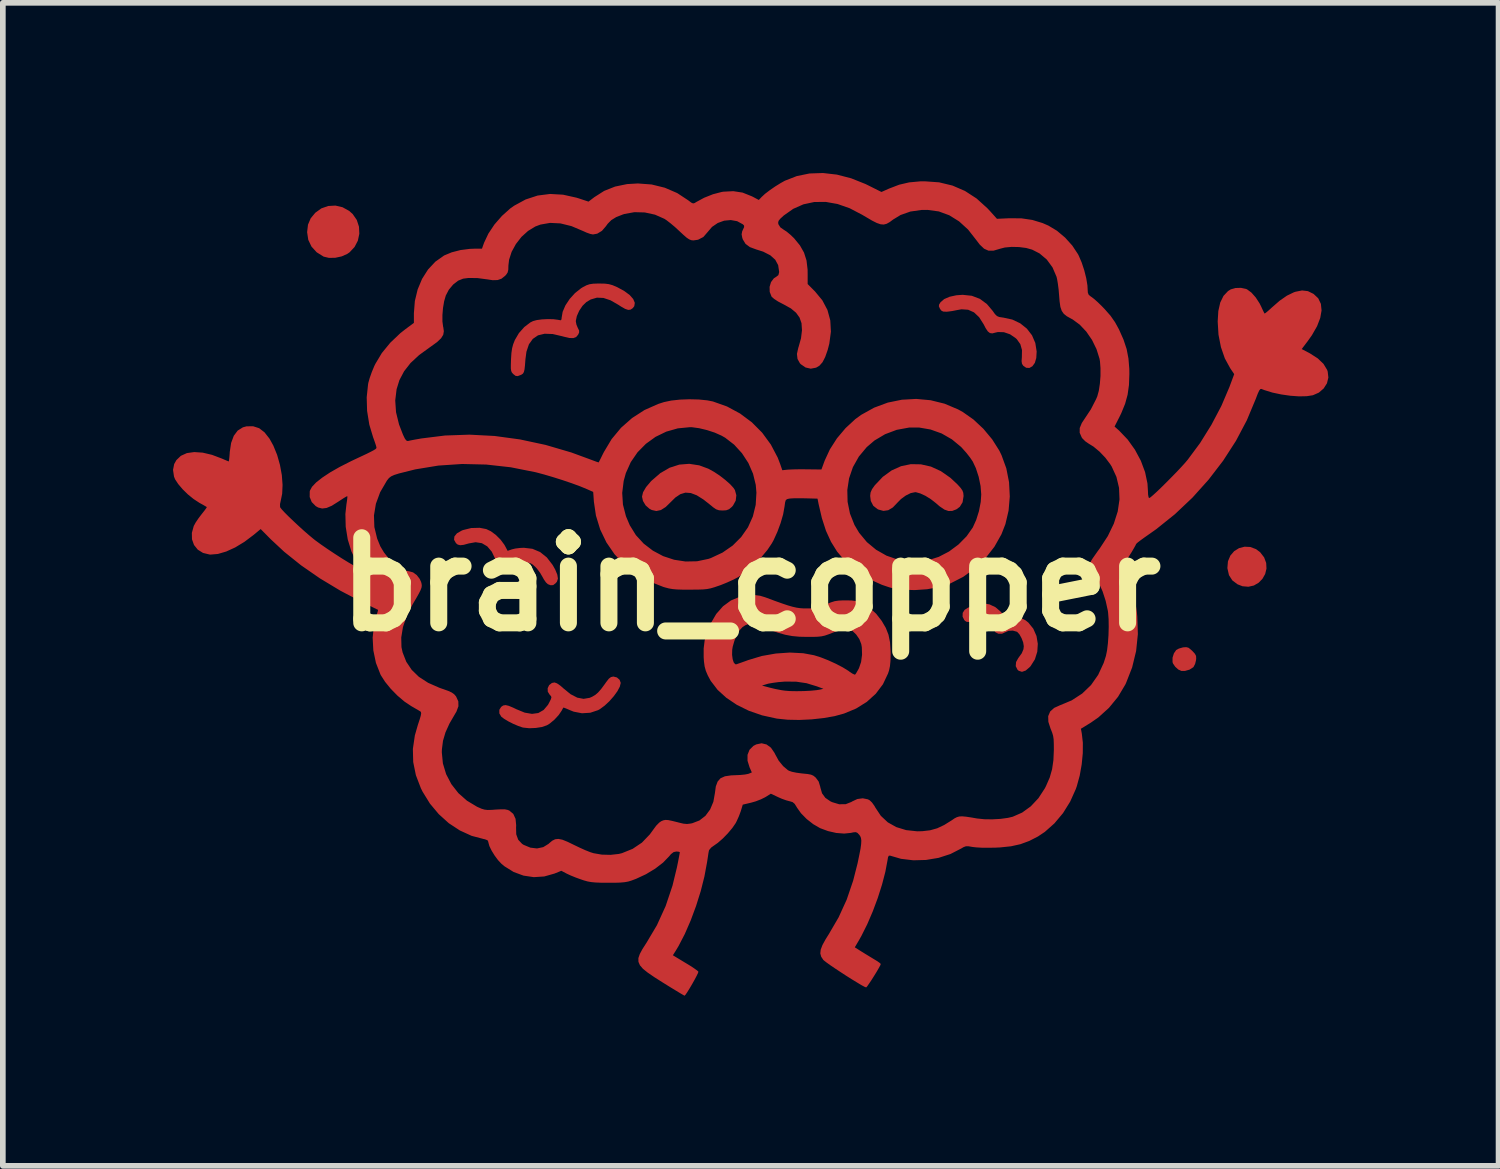
<source format=kicad_pcb>
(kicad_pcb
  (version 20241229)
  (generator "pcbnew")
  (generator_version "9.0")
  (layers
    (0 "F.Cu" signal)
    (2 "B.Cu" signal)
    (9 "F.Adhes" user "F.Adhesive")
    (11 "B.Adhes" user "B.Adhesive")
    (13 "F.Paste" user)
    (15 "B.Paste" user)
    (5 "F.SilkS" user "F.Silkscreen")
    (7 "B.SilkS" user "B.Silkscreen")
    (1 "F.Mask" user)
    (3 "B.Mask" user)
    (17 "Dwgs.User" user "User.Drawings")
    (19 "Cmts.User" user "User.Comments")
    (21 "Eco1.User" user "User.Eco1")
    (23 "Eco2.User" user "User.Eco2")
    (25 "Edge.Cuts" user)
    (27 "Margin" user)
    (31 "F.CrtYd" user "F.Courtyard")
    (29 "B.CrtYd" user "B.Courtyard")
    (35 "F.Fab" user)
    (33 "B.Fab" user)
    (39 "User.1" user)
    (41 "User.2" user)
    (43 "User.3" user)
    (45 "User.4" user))
  (footprint "brain_copper"
    (layer "F.Cu")
    (at 10.184 7.251)
    (property "Reference" "brain_copper" (at 0 0 0) (layer "F.SilkS") (effects (font (size 1.5 1.5) (thickness 0.3))))
    (attr board_only exclude_from_pos_files exclude_from_bom)
    (fp_poly (pts (xy 8.806 -0.659) (xy 8.907 -0.621) (xy 8.979 -0.567) (xy 9.05 -0.475) (xy 9.086 -0.377) (xy 9.091 -0.278) (xy 9.068 -0.183) (xy 9.02 -0.098) (xy 8.953 -0.029) (xy 8.869 0.02) (xy 8.772 0.042) (xy 8.668 0.033) (xy 8.581 -0.001) (xy 8.489 -0.07) (xy 8.43 -0.162) (xy 8.403 -0.28) (xy 8.402 -0.29) (xy 8.412 -0.407) (xy 8.454 -0.507) (xy 8.521 -0.585) (xy 8.606 -0.638) (xy 8.704 -0.664)) (stroke (width 0) (type solid)) (fill yes) (layer "F.Cu"))
    (fp_poly (pts (xy 7.718 1.118) (xy 7.76 1.152) (xy 7.785 1.175) (xy 7.83 1.224) (xy 7.85 1.263) (xy 7.852 1.309) (xy 7.849 1.337) (xy 7.833 1.402) (xy 7.806 1.454) (xy 7.799 1.462) (xy 7.735 1.503) (xy 7.654 1.526) (xy 7.591 1.526) (xy 7.536 1.501) (xy 7.482 1.452) (xy 7.443 1.395) (xy 7.435 1.37) (xy 7.435 1.293) (xy 7.459 1.216) (xy 7.499 1.158) (xy 7.546 1.132) (xy 7.611 1.113) (xy 7.624 1.11) (xy 7.678 1.107)) (stroke (width 0) (type solid)) (fill yes) (layer "F.Cu"))
    (fp_poly (pts (xy -7.196 -6.648) (xy -7.08 -6.584) (xy -7.018 -6.529) (xy -6.945 -6.424) (xy -6.906 -6.305) (xy -6.9 -6.18) (xy -6.926 -6.058) (xy -6.984 -5.947) (xy -7.071 -5.854) (xy -7.113 -5.825) (xy -7.212 -5.781) (xy -7.324 -5.757) (xy -7.435 -5.755) (xy -7.528 -5.777) (xy -7.532 -5.779) (xy -7.652 -5.854) (xy -7.743 -5.954) (xy -7.8 -6.073) (xy -7.82 -6.207) (xy -7.82 -6.209) (xy -7.805 -6.341) (xy -7.757 -6.453) (xy -7.677 -6.55) (xy -7.569 -6.628) (xy -7.448 -6.67) (xy -7.321 -6.677)) (stroke (width 0) (type solid)) (fill yes) (layer "F.Cu"))
    (fp_poly (pts (xy -0.908 -2.098) (xy -0.748 -2.039) (xy -0.65 -1.985) (xy -0.547 -1.917) (xy -0.449 -1.841) (xy -0.364 -1.766) (xy -0.302 -1.698) (xy -0.279 -1.662) (xy -0.254 -1.571) (xy -0.265 -1.476) (xy -0.312 -1.39) (xy -0.332 -1.367) (xy -0.382 -1.325) (xy -0.432 -1.306) (xy -0.497 -1.302) (xy -0.56 -1.306) (xy -0.61 -1.323) (xy -0.663 -1.359) (xy -0.695 -1.386) (xy -0.833 -1.495) (xy -0.952 -1.57) (xy -1.057 -1.61) (xy -1.152 -1.617) (xy -1.241 -1.59) (xy -1.329 -1.531) (xy -1.405 -1.456) (xy -1.499 -1.364) (xy -1.584 -1.31) (xy -1.665 -1.293) (xy -1.745 -1.311) (xy -1.786 -1.333) (xy -1.853 -1.392) (xy -1.9 -1.47) (xy -1.917 -1.546) (xy -1.899 -1.623) (xy -1.846 -1.714) (xy -1.761 -1.815) (xy -1.75 -1.826) (xy -1.594 -1.961) (xy -1.43 -2.056) (xy -1.26 -2.111) (xy -1.085 -2.125)) (stroke (width 0) (type solid)) (fill yes) (layer "F.Cu"))
    (fp_poly (pts (xy 2.999 -2.116) (xy 3.176 -2.076) (xy 3.351 -1.996) (xy 3.52 -1.878) (xy 3.643 -1.763) (xy 3.699 -1.701) (xy 3.731 -1.655) (xy 3.746 -1.614) (xy 3.751 -1.564) (xy 3.751 -1.553) (xy 3.734 -1.447) (xy 3.685 -1.367) (xy 3.624 -1.322) (xy 3.552 -1.295) (xy 3.485 -1.293) (xy 3.414 -1.318) (xy 3.331 -1.374) (xy 3.261 -1.434) (xy 3.174 -1.502) (xy 3.079 -1.561) (xy 2.988 -1.603) (xy 2.913 -1.624) (xy 2.898 -1.625) (xy 2.82 -1.609) (xy 2.733 -1.566) (xy 2.648 -1.504) (xy 2.59 -1.445) (xy 2.505 -1.356) (xy 2.423 -1.307) (xy 2.339 -1.295) (xy 2.25 -1.319) (xy 2.234 -1.327) (xy 2.16 -1.385) (xy 2.116 -1.47) (xy 2.105 -1.56) (xy 2.112 -1.619) (xy 2.137 -1.677) (xy 2.186 -1.746) (xy 2.328 -1.896) (xy 2.484 -2.009) (xy 2.649 -2.083) (xy 2.822 -2.119)) (stroke (width 0) (type solid)) (fill yes) (layer "F.Cu"))
    (fp_poly (pts (xy 3.897 -5.087) (xy 4.039 -5.033) (xy 4.163 -4.941) (xy 4.262 -4.824) (xy 4.305 -4.764) (xy 4.34 -4.73) (xy 4.38 -4.713) (xy 4.439 -4.704) (xy 4.449 -4.703) (xy 4.61 -4.668) (xy 4.751 -4.601) (xy 4.868 -4.507) (xy 4.958 -4.39) (xy 5.016 -4.255) (xy 5.04 -4.105) (xy 5.033 -3.99) (xy 5.008 -3.905) (xy 4.965 -3.845) (xy 4.912 -3.815) (xy 4.855 -3.818) (xy 4.803 -3.854) (xy 4.781 -3.889) (xy 4.774 -3.935) (xy 4.779 -4.006) (xy 4.781 -4.132) (xy 4.752 -4.234) (xy 4.691 -4.32) (xy 4.671 -4.339) (xy 4.571 -4.408) (xy 4.463 -4.445) (xy 4.357 -4.448) (xy 4.313 -4.438) (xy 4.258 -4.424) (xy 4.216 -4.43) (xy 4.179 -4.459) (xy 4.14 -4.517) (xy 4.105 -4.585) (xy 4.026 -4.709) (xy 3.935 -4.795) (xy 3.832 -4.841) (xy 3.714 -4.849) (xy 3.637 -4.835) (xy 3.556 -4.819) (xy 3.476 -4.808) (xy 3.449 -4.806) (xy 3.391 -4.809) (xy 3.357 -4.828) (xy 3.335 -4.859) (xy 3.316 -4.901) (xy 3.32 -4.933) (xy 3.346 -4.974) (xy 3.41 -5.029) (xy 3.505 -5.07) (xy 3.624 -5.096) (xy 3.736 -5.104)) (stroke (width 0) (type solid)) (fill yes) (layer "F.Cu"))
    (fp_poly (pts (xy -4.663 -0.975) (xy -4.581 -0.936) (xy -4.493 -0.871) (xy -4.411 -0.789) (xy -4.346 -0.702) (xy -4.334 -0.682) (xy -4.286 -0.591) (xy -4.211 -0.617) (xy -4.149 -0.632) (xy -4.066 -0.642) (xy -4 -0.645) (xy -3.849 -0.627) (xy -3.714 -0.57) (xy -3.595 -0.475) (xy -3.493 -0.343) (xy -3.448 -0.263) (xy -3.41 -0.171) (xy -3.399 -0.102) (xy -3.416 -0.048) (xy -3.438 -0.021) (xy -3.483 0.013) (xy -3.529 0.015) (xy -3.576 -0.003) (xy -3.61 -0.034) (xy -3.648 -0.089) (xy -3.668 -0.126) (xy -3.713 -0.203) (xy -3.771 -0.28) (xy -3.796 -0.306) (xy -3.844 -0.35) (xy -3.885 -0.374) (xy -3.934 -0.384) (xy -4.008 -0.385) (xy -4.008 -0.385) (xy -4.093 -0.382) (xy -4.155 -0.367) (xy -4.214 -0.336) (xy -4.226 -0.328) (xy -4.306 -0.284) (xy -4.37 -0.273) (xy -4.421 -0.297) (xy -4.465 -0.359) (xy -4.502 -0.444) (xy -4.565 -0.576) (xy -4.645 -0.67) (xy -4.74 -0.726) (xy -4.85 -0.743) (xy -4.969 -0.722) (xy -5.06 -0.697) (xy -5.122 -0.69) (xy -5.165 -0.701) (xy -5.196 -0.726) (xy -5.23 -0.786) (xy -5.224 -0.845) (xy -5.179 -0.9) (xy -5.097 -0.947) (xy -5.073 -0.957) (xy -4.928 -0.993) (xy -4.778 -0.997)) (stroke (width 0) (type solid)) (fill yes) (layer "F.Cu"))
    (fp_poly (pts (xy 4.209 0.353) (xy 4.314 0.403) (xy 4.401 0.477) (xy 4.409 0.486) (xy 4.449 0.532) (xy 4.484 0.551) (xy 4.531 0.552) (xy 4.554 0.549) (xy 4.644 0.553) (xy 4.745 0.583) (xy 4.841 0.632) (xy 4.893 0.673) (xy 4.981 0.782) (xy 5.037 0.91) (xy 5.06 1.048) (xy 5.051 1.187) (xy 5.009 1.321) (xy 4.934 1.44) (xy 4.92 1.456) (xy 4.847 1.519) (xy 4.781 1.542) (xy 4.723 1.523) (xy 4.702 1.504) (xy 4.671 1.442) (xy 4.677 1.369) (xy 4.716 1.299) (xy 4.777 1.215) (xy 4.807 1.143) (xy 4.813 1.09) (xy 4.802 1.023) (xy 4.774 0.949) (xy 4.737 0.882) (xy 4.698 0.839) (xy 4.691 0.835) (xy 4.62 0.815) (xy 4.544 0.819) (xy 4.489 0.843) (xy 4.429 0.87) (xy 4.365 0.87) (xy 4.315 0.846) (xy 4.311 0.841) (xy 4.285 0.8) (xy 4.258 0.74) (xy 4.25 0.721) (xy 4.212 0.647) (xy 4.163 0.607) (xy 4.095 0.598) (xy 4.003 0.618) (xy 3.982 0.625) (xy 3.898 0.651) (xy 3.843 0.663) (xy 3.807 0.661) (xy 3.779 0.644) (xy 3.764 0.629) (xy 3.734 0.569) (xy 3.736 0.503) (xy 3.769 0.45) (xy 3.828 0.412) (xy 3.911 0.376) (xy 4.001 0.348) (xy 4.082 0.334) (xy 4.1 0.334)) (stroke (width 0) (type solid)) (fill yes) (layer "F.Cu"))
    (fp_poly (pts (xy -2.359 1.641) (xy -2.312 1.682) (xy -2.292 1.736) (xy -2.292 1.737) (xy -2.308 1.803) (xy -2.351 1.884) (xy -2.415 1.972) (xy -2.492 2.06) (xy -2.576 2.138) (xy -2.66 2.2) (xy -2.693 2.218) (xy -2.829 2.263) (xy -2.975 2.272) (xy -3.121 2.244) (xy -3.186 2.218) (xy -3.246 2.192) (xy -3.289 2.175) (xy -3.303 2.172) (xy -3.315 2.192) (xy -3.333 2.226) (xy -3.386 2.304) (xy -3.461 2.385) (xy -3.544 2.454) (xy -3.593 2.484) (xy -3.679 2.514) (xy -3.789 2.531) (xy -3.904 2.536) (xy -4.009 2.525) (xy -4.027 2.521) (xy -4.099 2.496) (xy -4.186 2.459) (xy -4.273 2.415) (xy -4.348 2.37) (xy -4.397 2.333) (xy -4.397 2.333) (xy -4.432 2.274) (xy -4.432 2.211) (xy -4.4 2.16) (xy -4.364 2.135) (xy -4.322 2.128) (xy -4.266 2.141) (xy -4.189 2.173) (xy -4.131 2.201) (xy -3.985 2.261) (xy -3.856 2.283) (xy -3.745 2.268) (xy -3.651 2.214) (xy -3.574 2.123) (xy -3.553 2.084) (xy -3.524 2.026) (xy -3.514 1.992) (xy -3.521 1.97) (xy -3.543 1.947) (xy -3.578 1.892) (xy -3.58 1.831) (xy -3.554 1.776) (xy -3.505 1.738) (xy -3.459 1.729) (xy -3.415 1.745) (xy -3.353 1.788) (xy -3.3 1.835) (xy -3.176 1.936) (xy -3.058 1.997) (xy -2.947 2.018) (xy -2.839 2) (xy -2.794 1.98) (xy -2.74 1.948) (xy -2.69 1.905) (xy -2.636 1.843) (xy -2.571 1.755) (xy -2.548 1.722) (xy -2.502 1.663) (xy -2.464 1.634) (xy -2.422 1.625) (xy -2.421 1.625)) (stroke (width 0) (type solid)) (fill yes) (layer "F.Cu"))
    (fp_poly (pts (xy -2.571 -5.301) (xy -2.5 -5.292) (xy -2.436 -5.274) (xy -2.361 -5.242) (xy -2.352 -5.238) (xy -2.228 -5.17) (xy -2.134 -5.1) (xy -2.072 -5.03) (xy -2.044 -4.963) (xy -2.053 -4.904) (xy -2.08 -4.869) (xy -2.118 -4.843) (xy -2.16 -4.838) (xy -2.214 -4.856) (xy -2.288 -4.898) (xy -2.332 -4.927) (xy -2.471 -5.007) (xy -2.597 -5.049) (xy -2.712 -5.054) (xy -2.821 -5.022) (xy -2.897 -4.977) (xy -2.965 -4.911) (xy -3.024 -4.823) (xy -3.066 -4.729) (xy -3.084 -4.643) (xy -3.084 -4.639) (xy -3.073 -4.579) (xy -3.048 -4.519) (xy -3.025 -4.473) (xy -3.026 -4.438) (xy -3.043 -4.401) (xy -3.078 -4.36) (xy -3.128 -4.341) (xy -3.199 -4.343) (xy -3.299 -4.367) (xy -3.324 -4.374) (xy -3.491 -4.413) (xy -3.633 -4.418) (xy -3.75 -4.39) (xy -3.842 -4.327) (xy -3.91 -4.232) (xy -3.954 -4.102) (xy -3.972 -3.966) (xy -3.98 -3.861) (xy -3.988 -3.789) (xy -3.999 -3.744) (xy -4.015 -3.716) (xy -4.04 -3.698) (xy -4.053 -3.692) (xy -4.108 -3.671) (xy -4.145 -3.675) (xy -4.184 -3.705) (xy -4.191 -3.712) (xy -4.211 -3.735) (xy -4.223 -3.763) (xy -4.229 -3.805) (xy -4.229 -3.869) (xy -4.226 -3.966) (xy -4.226 -3.967) (xy -4.219 -4.078) (xy -4.207 -4.161) (xy -4.188 -4.232) (xy -4.159 -4.306) (xy -4.158 -4.308) (xy -4.087 -4.429) (xy -3.992 -4.536) (xy -3.886 -4.617) (xy -3.838 -4.641) (xy -3.772 -4.659) (xy -3.68 -4.671) (xy -3.577 -4.676) (xy -3.479 -4.674) (xy -3.4 -4.664) (xy -3.391 -4.662) (xy -3.35 -4.655) (xy -3.336 -4.671) (xy -3.334 -4.698) (xy -3.316 -4.804) (xy -3.267 -4.918) (xy -3.192 -5.031) (xy -3.098 -5.135) (xy -2.992 -5.219) (xy -2.956 -5.241) (xy -2.894 -5.273) (xy -2.84 -5.291) (xy -2.778 -5.3) (xy -2.693 -5.303) (xy -2.667 -5.303)) (stroke (width 0) (type solid)) (fill yes) (layer "F.Cu"))
    (fp_poly (pts (xy 0.166 0.201) (xy 0.252 0.227) (xy 0.261 0.23) (xy 0.422 0.29) (xy 0.551 0.336) (xy 0.655 0.371) (xy 0.739 0.395) (xy 0.81 0.411) (xy 0.874 0.42) (xy 0.938 0.424) (xy 0.979 0.424) (xy 1.075 0.423) (xy 1.148 0.415) (xy 1.218 0.396) (xy 1.303 0.362) (xy 1.323 0.354) (xy 1.411 0.318) (xy 1.481 0.296) (xy 1.55 0.286) (xy 1.637 0.282) (xy 1.677 0.282) (xy 1.775 0.284) (xy 1.845 0.292) (xy 1.902 0.307) (xy 1.96 0.333) (xy 1.974 0.339) (xy 2.102 0.419) (xy 2.209 0.516) (xy 2.307 0.642) (xy 2.311 0.648) (xy 2.381 0.768) (xy 2.428 0.888) (xy 2.455 1.021) (xy 2.465 1.178) (xy 2.466 1.229) (xy 2.463 1.348) (xy 2.454 1.44) (xy 2.438 1.517) (xy 2.42 1.571) (xy 2.33 1.761) (xy 2.204 1.928) (xy 2.046 2.071) (xy 1.857 2.189) (xy 1.645 2.277) (xy 1.478 2.323) (xy 1.282 2.357) (xy 1.071 2.38) (xy 0.856 2.39) (xy 0.651 2.386) (xy 0.467 2.367) (xy 0.454 2.365) (xy 0.2 2.309) (xy -0.034 2.228) (xy -0.245 2.124) (xy -0.43 2) (xy -0.585 1.859) (xy -0.642 1.784) (xy 0.198 1.784) (xy 0.333 1.82) (xy 0.432 1.844) (xy 0.541 1.865) (xy 0.604 1.874) (xy 0.693 1.881) (xy 0.808 1.883) (xy 0.932 1.881) (xy 1.054 1.875) (xy 1.158 1.865) (xy 1.214 1.856) (xy 1.281 1.841) (xy 1.166 1.798) (xy 0.982 1.742) (xy 0.798 1.715) (xy 0.596 1.714) (xy 0.587 1.715) (xy 0.487 1.723) (xy 0.391 1.736) (xy 0.315 1.749) (xy 0.292 1.755) (xy 0.198 1.784) (xy -0.642 1.784) (xy -0.706 1.701) (xy -0.757 1.606) (xy -0.792 1.524) (xy -0.813 1.447) (xy -0.825 1.358) (xy -0.83 1.284) (xy -0.83 1.242) (xy -0.329 1.242) (xy -0.319 1.319) (xy -0.3 1.377) (xy -0.273 1.408) (xy -0.253 1.409) (xy -0.219 1.397) (xy -0.156 1.375) (xy -0.078 1.347) (xy -0.049 1.336) (xy 0.192 1.263) (xy 0.442 1.219) (xy 0.689 1.202) (xy 0.926 1.214) (xy 1.115 1.249) (xy 1.233 1.286) (xy 1.365 1.338) (xy 1.499 1.399) (xy 1.622 1.463) (xy 1.721 1.524) (xy 1.739 1.538) (xy 1.79 1.572) (xy 1.828 1.59) (xy 1.839 1.591) (xy 1.857 1.568) (xy 1.885 1.519) (xy 1.908 1.477) (xy 1.945 1.368) (xy 1.962 1.24) (xy 1.958 1.109) (xy 1.948 1.052) (xy 1.914 0.965) (xy 1.859 0.885) (xy 1.792 0.82) (xy 1.722 0.779) (xy 1.678 0.771) (xy 1.645 0.778) (xy 1.585 0.799) (xy 1.505 0.828) (xy 1.453 0.849) (xy 1.37 0.881) (xy 1.306 0.903) (xy 1.247 0.916) (xy 1.181 0.923) (xy 1.096 0.926) (xy 1 0.926) (xy 0.857 0.923) (xy 0.73 0.911) (xy 0.606 0.888) (xy 0.476 0.851) (xy 0.327 0.798) (xy 0.223 0.757) (xy 0.114 0.717) (xy 0.032 0.697) (xy -0.034 0.698) (xy -0.094 0.72) (xy -0.144 0.752) (xy -0.196 0.808) (xy -0.246 0.893) (xy -0.288 0.994) (xy -0.318 1.098) (xy -0.327 1.154) (xy -0.329 1.242) (xy -0.83 1.242) (xy -0.83 1.129) (xy -0.813 0.991) (xy -0.775 0.854) (xy -0.712 0.703) (xy -0.708 0.693) (xy -0.609 0.522) (xy -0.489 0.386) (xy -0.35 0.284) (xy -0.193 0.218) (xy -0.021 0.191) (xy 0.083 0.19)) (stroke (width 0) (type solid)) (fill yes) (layer "F.Cu"))
    (fp_poly (pts (xy 1.519 -7.223) (xy 1.77 -7.158) (xy 2.023 -7.057) (xy 2.074 -7.032) (xy 2.304 -6.917) (xy 2.439 -6.977) (xy 2.616 -7.045) (xy 2.792 -7.086) (xy 2.985 -7.104) (xy 3.066 -7.105) (xy 3.32 -7.087) (xy 3.556 -7.03) (xy 3.776 -6.935) (xy 3.981 -6.802) (xy 4.172 -6.629) (xy 4.218 -6.58) (xy 4.34 -6.444) (xy 4.561 -6.454) (xy 4.773 -6.452) (xy 4.963 -6.424) (xy 5.144 -6.369) (xy 5.247 -6.324) (xy 5.397 -6.234) (xy 5.541 -6.113) (xy 5.668 -5.972) (xy 5.768 -5.821) (xy 5.78 -5.798) (xy 5.833 -5.675) (xy 5.879 -5.536) (xy 5.914 -5.396) (xy 5.935 -5.268) (xy 5.938 -5.206) (xy 5.942 -5.143) (xy 5.957 -5.105) (xy 5.994 -5.074) (xy 6.01 -5.064) (xy 6.054 -5.03) (xy 6.117 -4.974) (xy 6.188 -4.905) (xy 6.239 -4.852) (xy 6.342 -4.735) (xy 6.422 -4.62) (xy 6.491 -4.494) (xy 6.571 -4.314) (xy 6.626 -4.148) (xy 6.658 -3.981) (xy 6.673 -3.797) (xy 6.674 -3.709) (xy 6.667 -3.514) (xy 6.643 -3.343) (xy 6.599 -3.183) (xy 6.532 -3.019) (xy 6.5 -2.953) (xy 6.413 -2.782) (xy 6.495 -2.709) (xy 6.644 -2.553) (xy 6.772 -2.374) (xy 6.876 -2.18) (xy 6.951 -1.979) (xy 6.993 -1.779) (xy 7.001 -1.653) (xy 7.004 -1.582) (xy 7.013 -1.535) (xy 7.022 -1.521) (xy 7.047 -1.535) (xy 7.094 -1.575) (xy 7.16 -1.635) (xy 7.239 -1.711) (xy 7.326 -1.797) (xy 7.416 -1.888) (xy 7.505 -1.979) (xy 7.586 -2.065) (xy 7.655 -2.141) (xy 7.703 -2.198) (xy 7.921 -2.492) (xy 8.12 -2.812) (xy 8.295 -3.144) (xy 8.437 -3.477) (xy 8.447 -3.504) (xy 8.522 -3.706) (xy 8.451 -3.811) (xy 8.357 -3.983) (xy 8.288 -4.182) (xy 8.245 -4.402) (xy 8.231 -4.634) (xy 8.231 -4.634) (xy 8.242 -4.818) (xy 8.276 -4.968) (xy 8.333 -5.085) (xy 8.413 -5.17) (xy 8.461 -5.2) (xy 8.545 -5.224) (xy 8.641 -5.227) (xy 8.73 -5.208) (xy 8.749 -5.2) (xy 8.826 -5.143) (xy 8.902 -5.057) (xy 8.97 -4.952) (xy 8.997 -4.898) (xy 9.026 -4.835) (xy 9.048 -4.79) (xy 9.057 -4.774) (xy 9.074 -4.783) (xy 9.113 -4.815) (xy 9.167 -4.863) (xy 9.184 -4.879) (xy 9.323 -5) (xy 9.451 -5.089) (xy 9.573 -5.148) (xy 9.602 -5.158) (xy 9.718 -5.181) (xy 9.821 -5.169) (xy 9.921 -5.12) (xy 10.003 -5.043) (xy 10.05 -4.945) (xy 10.062 -4.829) (xy 10.039 -4.697) (xy 9.983 -4.551) (xy 9.892 -4.392) (xy 9.816 -4.285) (xy 9.712 -4.148) (xy 9.857 -4.072) (xy 9.994 -3.984) (xy 10.096 -3.887) (xy 10.16 -3.781) (xy 10.17 -3.752) (xy 10.182 -3.646) (xy 10.157 -3.544) (xy 10.099 -3.453) (xy 10.014 -3.38) (xy 9.91 -3.334) (xy 9.801 -3.317) (xy 9.665 -3.314) (xy 9.511 -3.325) (xy 9.351 -3.348) (xy 9.195 -3.381) (xy 9.053 -3.425) (xy 9.001 -3.445) (xy 8.984 -3.443) (xy 8.963 -3.417) (xy 8.937 -3.361) (xy 8.903 -3.272) (xy 8.897 -3.257) (xy 8.744 -2.891) (xy 8.553 -2.53) (xy 8.327 -2.18) (xy 8.07 -1.845) (xy 7.786 -1.529) (xy 7.477 -1.237) (xy 7.148 -0.973) (xy 7.006 -0.873) (xy 6.925 -0.816) (xy 6.858 -0.767) (xy 6.811 -0.73) (xy 6.793 -0.711) (xy 6.793 -0.711) (xy 6.782 -0.687) (xy 6.754 -0.637) (xy 6.713 -0.567) (xy 6.677 -0.51) (xy 6.561 -0.325) (xy 6.623 -0.189) (xy 6.691 -0.023) (xy 6.742 0.136) (xy 6.779 0.303) (xy 6.806 0.491) (xy 6.814 0.57) (xy 6.824 0.876) (xy 6.793 1.175) (xy 6.723 1.464) (xy 6.615 1.74) (xy 6.602 1.767) (xy 6.474 1.982) (xy 6.314 2.177) (xy 6.128 2.345) (xy 5.99 2.441) (xy 5.82 2.545) (xy 5.836 2.632) (xy 5.854 2.791) (xy 5.853 2.975) (xy 5.834 3.172) (xy 5.799 3.37) (xy 5.748 3.556) (xy 5.73 3.608) (xy 5.631 3.829) (xy 5.504 4.033) (xy 5.353 4.213) (xy 5.184 4.363) (xy 5.063 4.444) (xy 4.909 4.523) (xy 4.754 4.58) (xy 4.588 4.617) (xy 4.397 4.637) (xy 4.313 4.641) (xy 4.188 4.643) (xy 4.07 4.642) (xy 3.971 4.636) (xy 3.911 4.629) (xy 3.84 4.617) (xy 3.792 4.617) (xy 3.751 4.632) (xy 3.71 4.656) (xy 3.521 4.753) (xy 3.311 4.821) (xy 3.089 4.858) (xy 2.866 4.864) (xy 2.649 4.838) (xy 2.457 4.782) (xy 2.435 4.782) (xy 2.42 4.808) (xy 2.41 4.868) (xy 2.372 5.069) (xy 2.314 5.292) (xy 2.239 5.528) (xy 2.151 5.764) (xy 2.054 5.99) (xy 1.951 6.196) (xy 1.91 6.269) (xy 1.834 6.398) (xy 1.943 6.467) (xy 2.024 6.517) (xy 2.116 6.573) (xy 2.172 6.607) (xy 2.233 6.644) (xy 2.276 6.675) (xy 2.292 6.692) (xy 2.282 6.718) (xy 2.254 6.769) (xy 2.215 6.836) (xy 2.169 6.91) (xy 2.123 6.983) (xy 2.081 7.045) (xy 2.05 7.089) (xy 2.034 7.105) (xy 2.006 7.094) (xy 1.95 7.064) (xy 1.874 7.018) (xy 1.782 6.962) (xy 1.682 6.899) (xy 1.581 6.833) (xy 1.484 6.769) (xy 1.399 6.711) (xy 1.332 6.663) (xy 1.289 6.629) (xy 1.279 6.62) (xy 1.242 6.564) (xy 1.226 6.506) (xy 1.233 6.439) (xy 1.264 6.357) (xy 1.32 6.255) (xy 1.377 6.164) (xy 1.549 5.869) (xy 1.691 5.558) (xy 1.805 5.223) (xy 1.883 4.917) (xy 1.913 4.771) (xy 1.935 4.66) (xy 1.946 4.577) (xy 1.949 4.516) (xy 1.943 4.471) (xy 1.929 4.437) (xy 1.912 4.414) (xy 1.881 4.381) (xy 1.852 4.368) (xy 1.809 4.371) (xy 1.764 4.381) (xy 1.646 4.393) (xy 1.507 4.382) (xy 1.362 4.349) (xy 1.224 4.298) (xy 1.22 4.296) (xy 1.101 4.227) (xy 0.985 4.136) (xy 0.886 4.035) (xy 0.814 3.934) (xy 0.811 3.928) (xy 0.774 3.869) (xy 0.737 3.838) (xy 0.686 3.823) (xy 0.685 3.823) (xy 0.625 3.807) (xy 0.547 3.779) (xy 0.481 3.75) (xy 0.354 3.69) (xy 0.255 3.752) (xy 0.18 3.789) (xy 0.087 3.825) (xy 0.007 3.848) (xy -0.141 3.883) (xy -0.176 3.999) (xy -0.208 4.085) (xy -0.247 4.172) (xy -0.266 4.209) (xy -0.325 4.295) (xy -0.405 4.39) (xy -0.494 4.481) (xy -0.581 4.557) (xy -0.641 4.599) (xy -0.697 4.639) (xy -0.732 4.681) (xy -0.738 4.696) (xy -0.746 4.737) (xy -0.756 4.806) (xy -0.769 4.89) (xy -0.772 4.907) (xy -0.817 5.15) (xy -0.882 5.408) (xy -0.964 5.669) (xy -1.059 5.925) (xy -1.163 6.164) (xy -1.273 6.376) (xy -1.324 6.461) (xy -1.373 6.538) (xy -1.153 6.671) (xy -1.067 6.723) (xy -0.996 6.77) (xy -0.946 6.806) (xy -0.924 6.826) (xy -0.923 6.827) (xy -0.93 6.851) (xy -0.954 6.901) (xy -0.99 6.969) (xy -1.032 7.044) (xy -1.076 7.119) (xy -1.117 7.185) (xy -1.148 7.231) (xy -1.166 7.25) (xy -1.167 7.251) (xy -1.187 7.24) (xy -1.237 7.211) (xy -1.311 7.166) (xy -1.405 7.109) (xy -1.513 7.042) (xy -1.547 7.021) (xy -1.698 6.925) (xy -1.815 6.845) (xy -1.9 6.777) (xy -1.954 6.714) (xy -1.98 6.653) (xy -1.981 6.588) (xy -1.956 6.516) (xy -1.91 6.43) (xy -1.844 6.327) (xy -1.841 6.323) (xy -1.654 6.008) (xy -1.5 5.67) (xy -1.379 5.309) (xy -1.302 4.991) (xy -1.282 4.893) (xy -1.266 4.81) (xy -1.255 4.75) (xy -1.25 4.723) (xy -1.25 4.722) (xy -1.268 4.713) (xy -1.311 4.709) (xy -1.359 4.719) (xy -1.406 4.755) (xy -1.438 4.793) (xy -1.545 4.904) (xy -1.684 5.011) (xy -1.846 5.109) (xy -2.022 5.191) (xy -2.105 5.222) (xy -2.162 5.239) (xy -2.224 5.25) (xy -2.303 5.257) (xy -2.405 5.26) (xy -2.521 5.26) (xy -2.645 5.259) (xy -2.739 5.255) (xy -2.812 5.248) (xy -2.875 5.237) (xy -2.939 5.219) (xy -2.99 5.202) (xy -3.082 5.169) (xy -3.171 5.133) (xy -3.24 5.101) (xy -3.248 5.097) (xy -3.339 5.049) (xy -3.46 5.098) (xy -3.64 5.149) (xy -3.824 5.161) (xy -4.006 5.134) (xy -4.18 5.07) (xy -4.341 4.97) (xy -4.394 4.926) (xy -4.455 4.861) (xy -4.515 4.78) (xy -4.568 4.694) (xy -4.607 4.614) (xy -4.625 4.55) (xy -4.626 4.54) (xy -4.64 4.511) (xy -4.687 4.493) (xy -4.704 4.49) (xy -4.92 4.433) (xy -5.128 4.338) (xy -5.323 4.21) (xy -5.5 4.05) (xy -5.655 3.865) (xy -5.784 3.656) (xy -5.815 3.594) (xy -5.903 3.364) (xy -5.95 3.133) (xy -5.956 2.9) (xy -5.921 2.662) (xy -5.868 2.477) (xy -5.836 2.38) (xy -5.817 2.315) (xy -5.81 2.274) (xy -5.814 2.25) (xy -5.824 2.24) (xy -5.857 2.22) (xy -5.914 2.187) (xy -5.983 2.147) (xy -5.985 2.146) (xy -6.103 2.067) (xy -6.227 1.962) (xy -6.344 1.843) (xy -6.445 1.719) (xy -6.521 1.601) (xy -6.527 1.589) (xy -6.607 1.385) (xy -6.653 1.165) (xy -6.665 0.94) (xy -6.642 0.72) (xy -6.608 0.584) (xy -6.587 0.517) (xy -6.573 0.468) (xy -6.57 0.449) (xy -6.57 0.449) (xy -6.589 0.44) (xy -6.639 0.416) (xy -6.713 0.38) (xy -6.804 0.336) (xy -6.845 0.316) (xy -7.233 0.112) (xy -7.595 -0.106) (xy -7.927 -0.336) (xy -8.225 -0.575) (xy -8.461 -0.795) (xy -8.639 -0.975) (xy -8.763 -0.872) (xy -8.925 -0.75) (xy -9.088 -0.651) (xy -9.246 -0.579) (xy -9.393 -0.536) (xy -9.524 -0.525) (xy -9.539 -0.526) (xy -9.655 -0.554) (xy -9.748 -0.612) (xy -9.814 -0.694) (xy -9.85 -0.795) (xy -9.852 -0.908) (xy -9.819 -1.028) (xy -9.817 -1.032) (xy -9.784 -1.092) (xy -9.734 -1.166) (xy -9.68 -1.237) (xy -9.634 -1.295) (xy -9.601 -1.34) (xy -9.588 -1.362) (xy -9.588 -1.363) (xy -9.609 -1.375) (xy -9.655 -1.402) (xy -9.719 -1.437) (xy -9.72 -1.438) (xy -9.821 -1.504) (xy -9.922 -1.586) (xy -10.015 -1.677) (xy -10.093 -1.769) (xy -10.148 -1.853) (xy -10.167 -1.901) (xy -10.184 -2.018) (xy -10.164 -2.12) (xy -10.125 -2.19) (xy -10.046 -2.266) (xy -9.94 -2.314) (xy -9.811 -2.332) (xy -9.661 -2.322) (xy -9.496 -2.283) (xy -9.327 -2.219) (xy -9.264 -2.192) (xy -9.219 -2.173) (xy -9.202 -2.167) (xy -9.197 -2.186) (xy -9.191 -2.237) (xy -9.185 -2.31) (xy -9.184 -2.333) (xy -9.16 -2.493) (xy -9.113 -2.619) (xy -9.044 -2.711) (xy -8.953 -2.768) (xy -8.888 -2.786) (xy -8.772 -2.787) (xy -8.666 -2.753) (xy -8.571 -2.68) (xy -8.483 -2.568) (xy -8.416 -2.447) (xy -8.349 -2.283) (xy -8.299 -2.106) (xy -8.266 -1.926) (xy -8.253 -1.753) (xy -8.26 -1.597) (xy -8.282 -1.49) (xy -8.298 -1.415) (xy -8.297 -1.364) (xy -8.294 -1.356) (xy -8.267 -1.321) (xy -8.214 -1.264) (xy -8.142 -1.192) (xy -8.056 -1.11) (xy -7.964 -1.024) (xy -7.87 -0.939) (xy -7.781 -0.862) (xy -7.704 -0.798) (xy -7.672 -0.773) (xy -7.573 -0.701) (xy -7.457 -0.621) (xy -7.332 -0.538) (xy -7.208 -0.458) (xy -7.094 -0.388) (xy -7.001 -0.334) (xy -6.966 -0.315) (xy -6.878 -0.271) (xy -6.949 -0.391) (xy -7.039 -0.58) (xy -7.104 -0.792) (xy -7.14 -1.015) (xy -7.145 -1.216) (xy -6.642 -1.216) (xy -6.635 -1.011) (xy -6.586 -0.808) (xy -6.53 -0.671) (xy -6.465 -0.562) (xy -6.382 -0.458) (xy -6.288 -0.367) (xy -6.191 -0.294) (xy -6.097 -0.246) (xy -6.017 -0.229) (xy -5.952 -0.211) (xy -5.887 -0.163) (xy -5.835 -0.095) (xy -5.811 -0.042) (xy -5.802 -0.007) (xy -5.799 0.024) (xy -5.804 0.058) (xy -5.82 0.101) (xy -5.85 0.161) (xy -5.896 0.243) (xy -5.961 0.353) (xy -5.967 0.365) (xy -6.066 0.561) (xy -6.131 0.753) (xy -6.161 0.937) (xy -6.157 1.107) (xy -6.137 1.199) (xy -6.072 1.365) (xy -5.976 1.508) (xy -5.849 1.631) (xy -5.686 1.736) (xy -5.488 1.823) (xy -5.429 1.844) (xy -5.335 1.877) (xy -5.272 1.906) (xy -5.23 1.935) (xy -5.199 1.97) (xy -5.194 1.977) (xy -5.155 2.062) (xy -5.153 2.148) (xy -5.188 2.243) (xy -5.209 2.278) (xy -5.31 2.452) (xy -5.381 2.608) (xy -5.425 2.757) (xy -5.444 2.906) (xy -5.446 2.959) (xy -5.427 3.156) (xy -5.37 3.345) (xy -5.278 3.521) (xy -5.155 3.679) (xy -5.003 3.813) (xy -4.825 3.92) (xy -4.805 3.929) (xy -4.743 3.956) (xy -4.691 3.971) (xy -4.637 3.977) (xy -4.564 3.975) (xy -4.5 3.97) (xy -4.401 3.965) (xy -4.333 3.966) (xy -4.284 3.976) (xy -4.255 3.988) (xy -4.186 4.046) (xy -4.146 4.133) (xy -4.135 4.248) (xy -4.137 4.285) (xy -4.134 4.406) (xy -4.099 4.502) (xy -4.031 4.574) (xy -4.005 4.591) (xy -3.885 4.641) (xy -3.768 4.655) (xy -3.658 4.632) (xy -3.564 4.574) (xy -3.555 4.565) (xy -3.5 4.519) (xy -3.448 4.493) (xy -3.391 4.487) (xy -3.32 4.501) (xy -3.229 4.538) (xy -3.118 4.592) (xy -3.016 4.641) (xy -2.916 4.686) (xy -2.828 4.721) (xy -2.771 4.739) (xy -2.626 4.764) (xy -2.471 4.768) (xy -2.327 4.752) (xy -2.27 4.738) (xy -2.082 4.662) (xy -1.918 4.552) (xy -1.779 4.407) (xy -1.715 4.319) (xy -1.667 4.254) (xy -1.614 4.2) (xy -1.58 4.176) (xy -1.543 4.16) (xy -1.504 4.152) (xy -1.455 4.155) (xy -1.387 4.169) (xy -1.29 4.193) (xy -1.272 4.198) (xy -1.188 4.218) (xy -1.123 4.224) (xy -1.058 4.216) (xy -1.03 4.21) (xy -0.905 4.162) (xy -0.799 4.08) (xy -0.716 3.968) (xy -0.659 3.832) (xy -0.632 3.681) (xy -0.616 3.562) (xy -0.584 3.476) (xy -0.533 3.418) (xy -0.455 3.383) (xy -0.346 3.367) (xy -0.273 3.364) (xy -0.184 3.36) (xy -0.103 3.352) (xy -0.047 3.341) (xy -0.037 3.338) (xy 0.019 3.315) (xy -0.021 3.225) (xy -0.057 3.109) (xy -0.057 3.005) (xy -0.022 2.916) (xy 0.047 2.847) (xy 0.097 2.821) (xy 0.191 2.801) (xy 0.278 2.822) (xy 0.356 2.879) (xy 0.419 2.971) (xy 0.429 2.992) (xy 0.492 3.107) (xy 0.571 3.204) (xy 0.655 3.275) (xy 0.675 3.286) (xy 0.727 3.304) (xy 0.805 3.32) (xy 0.894 3.332) (xy 0.913 3.334) (xy 1.002 3.343) (xy 1.061 3.354) (xy 1.101 3.371) (xy 1.136 3.398) (xy 1.148 3.41) (xy 1.197 3.476) (xy 1.224 3.564) (xy 1.227 3.58) (xy 1.257 3.684) (xy 1.315 3.763) (xy 1.405 3.825) (xy 1.435 3.839) (xy 1.558 3.876) (xy 1.673 3.875) (xy 1.775 3.835) (xy 1.787 3.827) (xy 1.878 3.784) (xy 1.974 3.771) (xy 2.064 3.789) (xy 2.096 3.806) (xy 2.137 3.845) (xy 2.18 3.905) (xy 2.198 3.937) (xy 2.293 4.08) (xy 2.416 4.195) (xy 2.566 4.279) (xy 2.739 4.332) (xy 2.933 4.353) (xy 3.024 4.351) (xy 3.161 4.335) (xy 3.286 4.3) (xy 3.411 4.241) (xy 3.544 4.158) (xy 3.592 4.125) (xy 3.633 4.104) (xy 3.674 4.092) (xy 3.725 4.089) (xy 3.793 4.095) (xy 3.887 4.109) (xy 3.99 4.127) (xy 4.115 4.14) (xy 4.257 4.142) (xy 4.402 4.134) (xy 4.534 4.116) (xy 4.618 4.096) (xy 4.784 4.023) (xy 4.936 3.913) (xy 5.071 3.769) (xy 5.185 3.594) (xy 5.206 3.552) (xy 5.27 3.405) (xy 5.312 3.258) (xy 5.335 3.099) (xy 5.343 2.917) (xy 5.342 2.809) (xy 5.339 2.731) (xy 5.33 2.67) (xy 5.314 2.616) (xy 5.29 2.555) (xy 5.285 2.544) (xy 5.246 2.423) (xy 5.243 2.323) (xy 5.278 2.241) (xy 5.349 2.177) (xy 5.444 2.134) (xy 5.657 2.045) (xy 5.842 1.925) (xy 5.998 1.775) (xy 6.124 1.595) (xy 6.221 1.386) (xy 6.261 1.261) (xy 6.281 1.163) (xy 6.296 1.037) (xy 6.306 0.895) (xy 6.31 0.749) (xy 6.308 0.612) (xy 6.299 0.498) (xy 6.295 0.467) (xy 6.256 0.29) (xy 6.202 0.124) (xy 6.138 -0.02) (xy 6.082 -0.113) (xy 6.015 -0.225) (xy 5.985 -0.321) (xy 5.994 -0.401) (xy 6.001 -0.417) (xy 6.024 -0.454) (xy 6.066 -0.514) (xy 6.118 -0.588) (xy 6.15 -0.631) (xy 6.294 -0.851) (xy 6.4 -1.07) (xy 6.469 -1.286) (xy 6.5 -1.497) (xy 6.492 -1.701) (xy 6.446 -1.895) (xy 6.362 -2.078) (xy 6.338 -2.116) (xy 6.251 -2.232) (xy 6.148 -2.34) (xy 6.041 -2.429) (xy 5.961 -2.478) (xy 5.898 -2.521) (xy 5.845 -2.574) (xy 5.834 -2.59) (xy 5.798 -2.673) (xy 5.799 -2.756) (xy 5.836 -2.845) (xy 5.865 -2.889) (xy 5.995 -3.085) (xy 6.087 -3.264) (xy 6.108 -3.313) (xy 6.135 -3.411) (xy 6.154 -3.536) (xy 6.165 -3.674) (xy 6.165 -3.81) (xy 6.156 -3.931) (xy 6.148 -3.977) (xy 6.095 -4.146) (xy 6.016 -4.308) (xy 5.915 -4.455) (xy 5.799 -4.578) (xy 5.674 -4.67) (xy 5.649 -4.683) (xy 5.572 -4.726) (xy 5.518 -4.769) (xy 5.482 -4.821) (xy 5.458 -4.891) (xy 5.444 -4.988) (xy 5.436 -5.089) (xy 5.427 -5.196) (xy 5.414 -5.298) (xy 5.4 -5.381) (xy 5.39 -5.423) (xy 5.319 -5.588) (xy 5.218 -5.726) (xy 5.09 -5.834) (xy 4.961 -5.9) (xy 4.855 -5.93) (xy 4.729 -5.946) (xy 4.599 -5.949) (xy 4.478 -5.938) (xy 4.382 -5.913) (xy 4.381 -5.912) (xy 4.278 -5.882) (xy 4.191 -5.882) (xy 4.113 -5.917) (xy 4.037 -5.989) (xy 3.976 -6.069) (xy 3.831 -6.254) (xy 3.672 -6.399) (xy 3.5 -6.506) (xy 3.315 -6.574) (xy 3.116 -6.601) (xy 3.012 -6.6) (xy 2.814 -6.572) (xy 2.641 -6.511) (xy 2.511 -6.432) (xy 2.449 -6.386) (xy 2.395 -6.356) (xy 2.345 -6.343) (xy 2.29 -6.347) (xy 2.223 -6.37) (xy 2.139 -6.412) (xy 2.03 -6.476) (xy 1.962 -6.516) (xy 1.744 -6.63) (xy 1.53 -6.705) (xy 1.321 -6.742) (xy 1.119 -6.74) (xy 0.928 -6.699) (xy 0.749 -6.62) (xy 0.583 -6.503) (xy 0.575 -6.496) (xy 0.519 -6.444) (xy 0.49 -6.407) (xy 0.483 -6.375) (xy 0.487 -6.349) (xy 0.522 -6.293) (xy 0.579 -6.253) (xy 0.633 -6.218) (xy 0.7 -6.162) (xy 0.764 -6.101) (xy 0.867 -5.975) (xy 0.939 -5.848) (xy 0.983 -5.709) (xy 1.002 -5.548) (xy 1.003 -5.467) (xy 1.003 -5.294) (xy 1.133 -5.163) (xy 1.262 -5.007) (xy 1.352 -4.837) (xy 1.402 -4.653) (xy 1.413 -4.455) (xy 1.385 -4.244) (xy 1.356 -4.132) (xy 1.312 -4.007) (xy 1.265 -3.916) (xy 1.211 -3.855) (xy 1.152 -3.82) (xy 1.058 -3.802) (xy 0.966 -3.823) (xy 0.883 -3.88) (xy 0.866 -3.898) (xy 0.824 -3.974) (xy 0.814 -4.062) (xy 0.838 -4.171) (xy 0.843 -4.185) (xy 0.886 -4.338) (xy 0.903 -4.48) (xy 0.895 -4.6) (xy 0.895 -4.603) (xy 0.86 -4.703) (xy 0.799 -4.788) (xy 0.708 -4.864) (xy 0.58 -4.935) (xy 0.574 -4.938) (xy 0.484 -4.985) (xy 0.413 -5.031) (xy 0.37 -5.069) (xy 0.366 -5.074) (xy 0.334 -5.156) (xy 0.332 -5.245) (xy 0.357 -5.328) (xy 0.407 -5.395) (xy 0.449 -5.422) (xy 0.487 -5.451) (xy 0.5 -5.501) (xy 0.5 -5.513) (xy 0.483 -5.627) (xy 0.432 -5.722) (xy 0.344 -5.801) (xy 0.219 -5.865) (xy 0.096 -5.904) (xy -0.015 -5.945) (xy -0.092 -6.002) (xy -0.14 -6.081) (xy -0.149 -6.107) (xy -0.161 -6.17) (xy -0.151 -6.224) (xy -0.138 -6.252) (xy -0.117 -6.298) (xy -0.118 -6.325) (xy -0.139 -6.347) (xy -0.141 -6.348) (xy -0.24 -6.402) (xy -0.352 -6.422) (xy -0.469 -6.411) (xy -0.582 -6.37) (xy -0.683 -6.301) (xy -0.762 -6.208) (xy -0.836 -6.123) (xy -0.929 -6.075) (xy -1.011 -6.063) (xy -1.048 -6.067) (xy -1.084 -6.081) (xy -1.127 -6.109) (xy -1.185 -6.159) (xy -1.257 -6.226) (xy -1.336 -6.299) (xy -1.416 -6.366) (xy -1.485 -6.419) (xy -1.521 -6.443) (xy -1.688 -6.517) (xy -1.868 -6.556) (xy -2.051 -6.561) (xy -2.228 -6.529) (xy -2.255 -6.52) (xy -2.372 -6.474) (xy -2.458 -6.421) (xy -2.523 -6.355) (xy -2.554 -6.312) (xy -2.623 -6.232) (xy -2.706 -6.182) (xy -2.781 -6.168) (xy -2.828 -6.177) (xy -2.895 -6.201) (xy -2.955 -6.228) (xy -3.16 -6.315) (xy -3.355 -6.363) (xy -3.538 -6.372) (xy -3.708 -6.342) (xy -3.798 -6.308) (xy -3.926 -6.23) (xy -4.042 -6.125) (xy -4.14 -5.999) (xy -4.215 -5.862) (xy -4.26 -5.723) (xy -4.272 -5.62) (xy -4.274 -5.546) (xy -4.286 -5.497) (xy -4.312 -5.458) (xy -4.331 -5.438) (xy -4.394 -5.388) (xy -4.463 -5.364) (xy -4.55 -5.362) (xy -4.643 -5.376) (xy -4.816 -5.399) (xy -4.976 -5.401) (xy -5.07 -5.389) (xy -5.159 -5.353) (xy -5.246 -5.285) (xy -5.322 -5.194) (xy -5.377 -5.089) (xy -5.377 -5.087) (xy -5.405 -4.99) (xy -5.425 -4.872) (xy -5.435 -4.749) (xy -5.435 -4.634) (xy -5.423 -4.542) (xy -5.42 -4.533) (xy -5.41 -4.462) (xy -5.421 -4.399) (xy -5.459 -4.338) (xy -5.528 -4.272) (xy -5.63 -4.198) (xy -5.657 -4.179) (xy -5.846 -4.042) (xy -5.997 -3.902) (xy -6.111 -3.756) (xy -6.193 -3.601) (xy -6.243 -3.44) (xy -6.267 -3.242) (xy -6.253 -3.035) (xy -6.2 -2.819) (xy -6.131 -2.64) (xy -6.099 -2.573) (xy -6.074 -2.538) (xy -6.05 -2.527) (xy -6.034 -2.529) (xy -5.994 -2.538) (xy -5.926 -2.551) (xy -5.841 -2.566) (xy -5.808 -2.572) (xy -5.389 -2.624) (xy -4.958 -2.639) (xy -4.516 -2.616) (xy -4.068 -2.555) (xy -3.616 -2.458) (xy -3.163 -2.325) (xy -2.836 -2.205) (xy -2.764 -2.178) (xy -2.71 -2.158) (xy -2.681 -2.15) (xy -2.68 -2.151) (xy -2.67 -2.171) (xy -2.645 -2.22) (xy -2.611 -2.289) (xy -2.588 -2.334) (xy -2.453 -2.56) (xy -2.287 -2.76) (xy -2.092 -2.932) (xy -1.873 -3.073) (xy -1.632 -3.18) (xy -1.53 -3.213) (xy -1.402 -3.24) (xy -1.247 -3.257) (xy -1.081 -3.263) (xy -0.917 -3.259) (xy -0.768 -3.244) (xy -0.667 -3.224) (xy -0.419 -3.136) (xy -0.189 -3.012) (xy 0.019 -2.857) (xy 0.201 -2.674) (xy 0.354 -2.465) (xy 0.475 -2.235) (xy 0.521 -2.115) (xy 0.556 -2.012) (xy 0.648 -2.022) (xy 0.706 -2.025) (xy 0.793 -2.028) (xy 0.897 -2.029) (xy 0.993 -2.028) (xy 1.246 -2.025) (xy 1.303 -2.181) (xy 1.395 -2.38) (xy 1.52 -2.575) (xy 1.672 -2.755) (xy 1.843 -2.913) (xy 1.948 -2.989) (xy 2.175 -3.115) (xy 2.415 -3.204) (xy 2.664 -3.255) (xy 2.917 -3.269) (xy 3.17 -3.246) (xy 3.416 -3.185) (xy 3.653 -3.085) (xy 3.737 -3.039) (xy 3.926 -2.906) (xy 4.101 -2.742) (xy 4.256 -2.556) (xy 4.382 -2.357) (xy 4.421 -2.276) (xy 4.505 -2.045) (xy 4.553 -1.801) (xy 4.566 -1.55) (xy 4.545 -1.301) (xy 4.489 -1.062) (xy 4.419 -0.883) (xy 4.295 -0.663) (xy 4.137 -0.461) (xy 3.952 -0.283) (xy 3.746 -0.133) (xy 3.524 -0.019) (xy 3.508 -0.012) (xy 3.319 0.048) (xy 3.108 0.086) (xy 2.887 0.101) (xy 2.672 0.093) (xy 2.474 0.061) (xy 2.448 0.054) (xy 2.312 0.008) (xy 2.161 -0.06) (xy 2.011 -0.142) (xy 1.875 -0.229) (xy 1.808 -0.28) (xy 1.652 -0.424) (xy 1.522 -0.578) (xy 1.415 -0.75) (xy 1.326 -0.944) (xy 1.254 -1.167) (xy 1.194 -1.424) (xy 1.194 -1.427) (xy 1.177 -1.511) (xy 0.958 -1.517) (xy 0.86 -1.518) (xy 0.77 -1.518) (xy 0.702 -1.514) (xy 0.675 -1.511) (xy 0.639 -1.502) (xy 0.618 -1.485) (xy 0.606 -1.449) (xy 0.597 -1.383) (xy 0.595 -1.37) (xy 0.571 -1.235) (xy 0.527 -1.082) (xy 0.469 -0.925) (xy 0.403 -0.78) (xy 0.371 -0.722) (xy 0.293 -0.606) (xy 0.188 -0.481) (xy 0.067 -0.357) (xy -0.058 -0.245) (xy -0.179 -0.155) (xy -0.219 -0.129) (xy -0.307 -0.083) (xy -0.417 -0.033) (xy -0.528 0.012) (xy -0.563 0.024) (xy -0.642 0.051) (xy -0.707 0.07) (xy -0.768 0.082) (xy -0.836 0.089) (xy -0.921 0.092) (xy -1.035 0.093) (xy -1.073 0.093) (xy -1.202 0.093) (xy -1.3 0.09) (xy -1.377 0.083) (xy -1.442 0.072) (xy -1.507 0.055) (xy -1.541 0.045) (xy -1.794 -0.055) (xy -2.023 -0.186) (xy -2.226 -0.345) (xy -2.401 -0.531) (xy -2.544 -0.739) (xy -2.654 -0.967) (xy -2.729 -1.212) (xy -2.765 -1.456) (xy -2.776 -1.612) (xy -2.266 -1.612) (xy -2.253 -1.406) (xy -2.2 -1.201) (xy -2.133 -1.043) (xy -2.025 -0.868) (xy -1.887 -0.718) (xy -1.725 -0.594) (xy -1.545 -0.498) (xy -1.351 -0.434) (xy -1.15 -0.403) (xy -0.947 -0.407) (xy -0.747 -0.449) (xy -0.703 -0.464) (xy -0.498 -0.56) (xy -0.319 -0.684) (xy -0.169 -0.834) (xy -0.049 -1.006) (xy 0.037 -1.197) (xy 0.087 -1.401) (xy 0.1 -1.617) (xy 0.096 -1.664) (xy 1.702 -1.664) (xy 1.707 -1.455) (xy 1.749 -1.248) (xy 1.828 -1.048) (xy 1.91 -0.91) (xy 2.047 -0.745) (xy 2.21 -0.61) (xy 2.393 -0.506) (xy 2.592 -0.437) (xy 2.802 -0.403) (xy 3.016 -0.408) (xy 3.128 -0.426) (xy 3.314 -0.485) (xy 3.495 -0.579) (xy 3.662 -0.703) (xy 3.805 -0.848) (xy 3.914 -1.003) (xy 3.974 -1.136) (xy 4.023 -1.292) (xy 4.054 -1.453) (xy 4.063 -1.584) (xy 4.051 -1.734) (xy 4.018 -1.895) (xy 3.968 -2.049) (xy 3.914 -2.164) (xy 3.867 -2.234) (xy 3.802 -2.317) (xy 3.729 -2.399) (xy 3.707 -2.423) (xy 3.546 -2.556) (xy 3.365 -2.66) (xy 3.169 -2.73) (xy 2.966 -2.765) (xy 2.791 -2.764) (xy 2.573 -2.724) (xy 2.368 -2.647) (xy 2.181 -2.536) (xy 2.044 -2.419) (xy 1.905 -2.252) (xy 1.801 -2.067) (xy 1.733 -1.869) (xy 1.702 -1.664) (xy 0.096 -1.664) (xy 0.088 -1.755) (xy 0.04 -1.951) (xy -0.042 -2.139) (xy -0.155 -2.312) (xy -0.293 -2.463) (xy -0.451 -2.585) (xy -0.514 -2.621) (xy -0.635 -2.675) (xy -0.773 -2.72) (xy -0.911 -2.753) (xy -1.036 -2.77) (xy -1.071 -2.771) (xy -1.286 -2.75) (xy -1.49 -2.692) (xy -1.679 -2.6) (xy -1.849 -2.477) (xy -1.996 -2.328) (xy -2.115 -2.155) (xy -2.202 -1.961) (xy -2.24 -1.823) (xy -2.266 -1.612) (xy -2.776 -1.612) (xy -2.778 -1.63) (xy -2.893 -1.681) (xy -3.007 -1.728) (xy -3.151 -1.781) (xy -3.313 -1.836) (xy -3.48 -1.889) (xy -3.643 -1.937) (xy -3.789 -1.976) (xy -3.799 -1.978) (xy -4.231 -2.064) (xy -4.662 -2.112) (xy -5.089 -2.122) (xy -5.507 -2.094) (xy -5.914 -2.027) (xy -6.201 -1.955) (xy -6.284 -1.929) (xy -6.339 -1.904) (xy -6.378 -1.874) (xy -6.413 -1.83) (xy -6.416 -1.825) (xy -6.533 -1.624) (xy -6.608 -1.42) (xy -6.642 -1.216) (xy -7.145 -1.216) (xy -7.146 -1.238) (xy -7.128 -1.405) (xy -7.117 -1.477) (xy -7.111 -1.53) (xy -7.111 -1.554) (xy -7.111 -1.555) (xy -7.131 -1.547) (xy -7.176 -1.52) (xy -7.239 -1.479) (xy -7.274 -1.456) (xy -7.385 -1.386) (xy -7.477 -1.347) (xy -7.555 -1.337) (xy -7.626 -1.355) (xy -7.668 -1.379) (xy -7.739 -1.451) (xy -7.775 -1.54) (xy -7.774 -1.639) (xy -7.77 -1.654) (xy -7.734 -1.72) (xy -7.661 -1.797) (xy -7.553 -1.882) (xy -7.414 -1.974) (xy -7.246 -2.07) (xy -7.053 -2.168) (xy -7.005 -2.191) (xy -6.871 -2.254) (xy -6.769 -2.302) (xy -6.697 -2.338) (xy -6.648 -2.364) (xy -6.618 -2.382) (xy -6.603 -2.396) (xy -6.598 -2.408) (xy -6.599 -2.418) (xy -6.608 -2.452) (xy -6.628 -2.512) (xy -6.654 -2.585) (xy -6.655 -2.586) (xy -6.724 -2.816) (xy -6.763 -3.058) (xy -6.77 -3.298) (xy -6.746 -3.525) (xy -6.741 -3.553) (xy -6.717 -3.638) (xy -6.68 -3.743) (xy -6.636 -3.849) (xy -6.616 -3.889) (xy -6.503 -4.078) (xy -6.354 -4.26) (xy -6.176 -4.429) (xy -6.084 -4.501) (xy -5.938 -4.609) (xy -5.938 -4.781) (xy -5.921 -4.995) (xy -5.872 -5.198) (xy -5.794 -5.385) (xy -5.689 -5.55) (xy -5.56 -5.688) (xy -5.409 -5.795) (xy -5.402 -5.799) (xy -5.272 -5.853) (xy -5.117 -5.893) (xy -4.953 -5.914) (xy -4.875 -5.917) (xy -4.738 -5.918) (xy -4.701 -6.022) (xy -4.625 -6.183) (xy -4.518 -6.344) (xy -4.386 -6.495) (xy -4.24 -6.626) (xy -4.169 -6.676) (xy -3.968 -6.785) (xy -3.757 -6.854) (xy -3.537 -6.882) (xy -3.308 -6.869) (xy -3.07 -6.816) (xy -3.029 -6.803) (xy -2.86 -6.747) (xy -2.758 -6.825) (xy -2.584 -6.936) (xy -2.392 -7.012) (xy -2.18 -7.056) (xy -1.989 -7.067) (xy -1.747 -7.049) (xy -1.515 -6.992) (xy -1.297 -6.898) (xy -1.099 -6.768) (xy -1.097 -6.766) (xy -1.048 -6.729) (xy -1.017 -6.715) (xy -0.989 -6.722) (xy -0.962 -6.739) (xy -0.822 -6.815) (xy -0.666 -6.877) (xy -0.513 -6.917) (xy -0.483 -6.922) (xy -0.307 -6.931) (xy -0.144 -6.906) (xy 0.016 -6.842) (xy 0.031 -6.835) (xy 0.142 -6.776) (xy 0.191 -6.828) (xy 0.25 -6.883) (xy 0.335 -6.948) (xy 0.432 -7.015) (xy 0.531 -7.076) (xy 0.601 -7.115) (xy 0.811 -7.197) (xy 1.036 -7.243) (xy 1.274 -7.251)) (stroke (width 0) (type solid)) (fill yes) (layer "F.Cu"))
    (fp_poly (pts (xy 8.806 -0.659) (xy 8.907 -0.621) (xy 8.979 -0.567) (xy 9.05 -0.475) (xy 9.086 -0.377) (xy 9.091 -0.278) (xy 9.068 -0.183) (xy 9.02 -0.098) (xy 8.953 -0.029) (xy 8.869 0.02) (xy 8.772 0.042) (xy 8.668 0.033) (xy 8.581 -0.001) (xy 8.489 -0.07) (xy 8.43 -0.162) (xy 8.403 -0.28) (xy 8.402 -0.29) (xy 8.412 -0.407) (xy 8.454 -0.507) (xy 8.521 -0.585) (xy 8.606 -0.638) (xy 8.704 -0.664)) (stroke (width 0) (type solid)) (fill yes) (layer "F.Mask"))
    (fp_poly (pts (xy 7.718 1.118) (xy 7.76 1.152) (xy 7.785 1.175) (xy 7.83 1.224) (xy 7.85 1.263) (xy 7.852 1.309) (xy 7.849 1.337) (xy 7.833 1.402) (xy 7.806 1.454) (xy 7.799 1.462) (xy 7.735 1.503) (xy 7.654 1.526) (xy 7.591 1.526) (xy 7.536 1.501) (xy 7.482 1.452) (xy 7.443 1.395) (xy 7.435 1.37) (xy 7.435 1.293) (xy 7.459 1.216) (xy 7.499 1.158) (xy 7.546 1.132) (xy 7.611 1.113) (xy 7.624 1.11) (xy 7.678 1.107)) (stroke (width 0) (type solid)) (fill yes) (layer "F.Mask"))
    (fp_poly (pts (xy -7.196 -6.648) (xy -7.08 -6.584) (xy -7.018 -6.529) (xy -6.945 -6.424) (xy -6.906 -6.305) (xy -6.9 -6.18) (xy -6.926 -6.058) (xy -6.984 -5.947) (xy -7.071 -5.854) (xy -7.113 -5.825) (xy -7.212 -5.781) (xy -7.324 -5.757) (xy -7.435 -5.755) (xy -7.528 -5.777) (xy -7.532 -5.779) (xy -7.652 -5.854) (xy -7.743 -5.954) (xy -7.8 -6.073) (xy -7.82 -6.207) (xy -7.82 -6.209) (xy -7.805 -6.341) (xy -7.757 -6.453) (xy -7.677 -6.55) (xy -7.569 -6.628) (xy -7.448 -6.67) (xy -7.321 -6.677)) (stroke (width 0) (type solid)) (fill yes) (layer "F.Mask"))
    (fp_poly (pts (xy -0.907 -2.098) (xy -0.747 -2.039) (xy -0.649 -1.985) (xy -0.546 -1.917) (xy -0.448 -1.842) (xy -0.363 -1.766) (xy -0.301 -1.698) (xy -0.278 -1.662) (xy -0.253 -1.571) (xy -0.264 -1.477) (xy -0.311 -1.39) (xy -0.331 -1.367) (xy -0.381 -1.326) (xy -0.431 -1.307) (xy -0.496 -1.303) (xy -0.559 -1.307) (xy -0.609 -1.323) (xy -0.662 -1.359) (xy -0.694 -1.386) (xy -0.832 -1.495) (xy -0.951 -1.57) (xy -1.056 -1.611) (xy -1.151 -1.617) (xy -1.24 -1.591) (xy -1.328 -1.531) (xy -1.404 -1.456) (xy -1.498 -1.365) (xy -1.583 -1.311) (xy -1.663 -1.294) (xy -1.744 -1.312) (xy -1.785 -1.333) (xy -1.852 -1.393) (xy -1.899 -1.47) (xy -1.916 -1.547) (xy -1.898 -1.623) (xy -1.845 -1.714) (xy -1.76 -1.815) (xy -1.749 -1.826) (xy -1.593 -1.961) (xy -1.429 -2.056) (xy -1.259 -2.111) (xy -1.084 -2.125)) (stroke (width 0) (type solid)) (fill yes) (layer "F.Mask"))
    (fp_poly (pts (xy 2.999 -2.116) (xy 3.176 -2.076) (xy 3.351 -1.996) (xy 3.52 -1.878) (xy 3.643 -1.763) (xy 3.699 -1.701) (xy 3.731 -1.655) (xy 3.746 -1.614) (xy 3.751 -1.564) (xy 3.751 -1.553) (xy 3.734 -1.447) (xy 3.685 -1.367) (xy 3.624 -1.322) (xy 3.552 -1.295) (xy 3.485 -1.293) (xy 3.414 -1.318) (xy 3.331 -1.374) (xy 3.261 -1.434) (xy 3.174 -1.502) (xy 3.079 -1.561) (xy 2.988 -1.603) (xy 2.913 -1.624) (xy 2.898 -1.625) (xy 2.82 -1.609) (xy 2.733 -1.566) (xy 2.648 -1.504) (xy 2.59 -1.445) (xy 2.505 -1.356) (xy 2.423 -1.307) (xy 2.339 -1.295) (xy 2.25 -1.319) (xy 2.234 -1.327) (xy 2.16 -1.385) (xy 2.116 -1.47) (xy 2.105 -1.56) (xy 2.112 -1.619) (xy 2.137 -1.677) (xy 2.186 -1.746) (xy 2.328 -1.896) (xy 2.484 -2.009) (xy 2.649 -2.083) (xy 2.822 -2.119)) (stroke (width 0) (type solid)) (fill yes) (layer "F.Mask"))
    (fp_poly (pts (xy 3.897 -5.087) (xy 4.039 -5.033) (xy 4.163 -4.941) (xy 4.262 -4.824) (xy 4.305 -4.764) (xy 4.34 -4.73) (xy 4.38 -4.713) (xy 4.439 -4.704) (xy 4.449 -4.703) (xy 4.61 -4.668) (xy 4.751 -4.601) (xy 4.868 -4.507) (xy 4.958 -4.39) (xy 5.016 -4.255) (xy 5.04 -4.105) (xy 5.033 -3.99) (xy 5.008 -3.905) (xy 4.965 -3.845) (xy 4.912 -3.815) (xy 4.855 -3.818) (xy 4.803 -3.854) (xy 4.781 -3.889) (xy 4.774 -3.935) (xy 4.779 -4.006) (xy 4.781 -4.132) (xy 4.752 -4.234) (xy 4.691 -4.32) (xy 4.671 -4.339) (xy 4.571 -4.408) (xy 4.463 -4.445) (xy 4.357 -4.448) (xy 4.313 -4.438) (xy 4.258 -4.424) (xy 4.216 -4.43) (xy 4.179 -4.459) (xy 4.14 -4.517) (xy 4.105 -4.585) (xy 4.026 -4.709) (xy 3.935 -4.795) (xy 3.832 -4.841) (xy 3.714 -4.849) (xy 3.637 -4.835) (xy 3.556 -4.819) (xy 3.476 -4.808) (xy 3.449 -4.806) (xy 3.391 -4.809) (xy 3.357 -4.828) (xy 3.335 -4.859) (xy 3.316 -4.901) (xy 3.32 -4.933) (xy 3.346 -4.974) (xy 3.41 -5.029) (xy 3.505 -5.07) (xy 3.624 -5.096) (xy 3.736 -5.104)) (stroke (width 0) (type solid)) (fill yes) (layer "F.Mask"))
    (fp_poly (pts (xy -4.663 -0.975) (xy -4.581 -0.936) (xy -4.493 -0.871) (xy -4.411 -0.789) (xy -4.346 -0.702) (xy -4.334 -0.682) (xy -4.286 -0.591) (xy -4.211 -0.617) (xy -4.149 -0.632) (xy -4.066 -0.642) (xy -4 -0.645) (xy -3.849 -0.627) (xy -3.714 -0.57) (xy -3.595 -0.475) (xy -3.493 -0.343) (xy -3.448 -0.263) (xy -3.41 -0.171) (xy -3.399 -0.102) (xy -3.416 -0.048) (xy -3.438 -0.021) (xy -3.483 0.013) (xy -3.529 0.015) (xy -3.576 -0.003) (xy -3.61 -0.034) (xy -3.648 -0.089) (xy -3.668 -0.126) (xy -3.713 -0.203) (xy -3.771 -0.28) (xy -3.796 -0.306) (xy -3.844 -0.35) (xy -3.885 -0.374) (xy -3.934 -0.384) (xy -4.008 -0.385) (xy -4.008 -0.385) (xy -4.093 -0.382) (xy -4.155 -0.367) (xy -4.214 -0.336) (xy -4.226 -0.328) (xy -4.306 -0.284) (xy -4.37 -0.273) (xy -4.421 -0.297) (xy -4.465 -0.359) (xy -4.502 -0.444) (xy -4.565 -0.576) (xy -4.645 -0.67) (xy -4.74 -0.726) (xy -4.85 -0.743) (xy -4.969 -0.722) (xy -5.06 -0.697) (xy -5.122 -0.69) (xy -5.165 -0.701) (xy -5.196 -0.726) (xy -5.23 -0.786) (xy -5.224 -0.845) (xy -5.179 -0.9) (xy -5.097 -0.947) (xy -5.073 -0.957) (xy -4.928 -0.993) (xy -4.778 -0.997)) (stroke (width 0) (type solid)) (fill yes) (layer "F.Mask"))
    (fp_poly (pts (xy 4.209 0.353) (xy 4.314 0.403) (xy 4.401 0.477) (xy 4.409 0.486) (xy 4.449 0.532) (xy 4.484 0.551) (xy 4.531 0.552) (xy 4.554 0.549) (xy 4.644 0.553) (xy 4.745 0.583) (xy 4.841 0.632) (xy 4.893 0.673) (xy 4.981 0.782) (xy 5.037 0.91) (xy 5.06 1.048) (xy 5.051 1.187) (xy 5.009 1.321) (xy 4.934 1.44) (xy 4.92 1.456) (xy 4.847 1.519) (xy 4.781 1.542) (xy 4.723 1.523) (xy 4.702 1.504) (xy 4.671 1.442) (xy 4.677 1.369) (xy 4.716 1.299) (xy 4.777 1.215) (xy 4.807 1.143) (xy 4.813 1.09) (xy 4.802 1.023) (xy 4.774 0.949) (xy 4.737 0.882) (xy 4.698 0.839) (xy 4.691 0.835) (xy 4.62 0.815) (xy 4.544 0.819) (xy 4.489 0.843) (xy 4.429 0.87) (xy 4.365 0.87) (xy 4.315 0.846) (xy 4.311 0.841) (xy 4.285 0.8) (xy 4.258 0.74) (xy 4.25 0.721) (xy 4.212 0.647) (xy 4.163 0.607) (xy 4.095 0.598) (xy 4.003 0.618) (xy 3.982 0.625) (xy 3.898 0.651) (xy 3.843 0.663) (xy 3.807 0.661) (xy 3.779 0.644) (xy 3.764 0.629) (xy 3.734 0.569) (xy 3.736 0.503) (xy 3.769 0.45) (xy 3.828 0.412) (xy 3.911 0.376) (xy 4.001 0.348) (xy 4.082 0.334) (xy 4.1 0.334)) (stroke (width 0) (type solid)) (fill yes) (layer "F.Mask"))
    (fp_poly (pts (xy -2.359 1.641) (xy -2.312 1.682) (xy -2.292 1.736) (xy -2.292 1.737) (xy -2.308 1.803) (xy -2.351 1.884) (xy -2.415 1.972) (xy -2.492 2.06) (xy -2.576 2.138) (xy -2.66 2.2) (xy -2.693 2.218) (xy -2.829 2.263) (xy -2.975 2.272) (xy -3.121 2.244) (xy -3.186 2.218) (xy -3.246 2.192) (xy -3.289 2.175) (xy -3.303 2.172) (xy -3.315 2.192) (xy -3.333 2.226) (xy -3.386 2.304) (xy -3.461 2.385) (xy -3.544 2.454) (xy -3.593 2.484) (xy -3.679 2.514) (xy -3.789 2.531) (xy -3.904 2.536) (xy -4.009 2.525) (xy -4.027 2.521) (xy -4.099 2.496) (xy -4.186 2.459) (xy -4.273 2.415) (xy -4.348 2.37) (xy -4.397 2.333) (xy -4.397 2.333) (xy -4.432 2.274) (xy -4.432 2.211) (xy -4.4 2.16) (xy -4.364 2.135) (xy -4.322 2.128) (xy -4.266 2.141) (xy -4.189 2.173) (xy -4.131 2.201) (xy -3.985 2.261) (xy -3.856 2.283) (xy -3.745 2.268) (xy -3.651 2.214) (xy -3.574 2.123) (xy -3.553 2.084) (xy -3.524 2.026) (xy -3.514 1.992) (xy -3.521 1.97) (xy -3.543 1.947) (xy -3.578 1.892) (xy -3.58 1.831) (xy -3.554 1.776) (xy -3.505 1.738) (xy -3.459 1.729) (xy -3.415 1.745) (xy -3.353 1.788) (xy -3.3 1.835) (xy -3.176 1.936) (xy -3.058 1.997) (xy -2.947 2.018) (xy -2.839 2) (xy -2.794 1.98) (xy -2.74 1.948) (xy -2.69 1.905) (xy -2.636 1.843) (xy -2.571 1.755) (xy -2.548 1.722) (xy -2.502 1.663) (xy -2.464 1.634) (xy -2.422 1.625) (xy -2.421 1.625)) (stroke (width 0) (type solid)) (fill yes) (layer "F.Mask"))
    (fp_poly (pts (xy -2.571 -5.301) (xy -2.5 -5.292) (xy -2.436 -5.274) (xy -2.361 -5.242) (xy -2.352 -5.238) (xy -2.228 -5.17) (xy -2.134 -5.1) (xy -2.072 -5.03) (xy -2.044 -4.963) (xy -2.053 -4.904) (xy -2.08 -4.869) (xy -2.118 -4.843) (xy -2.16 -4.838) (xy -2.214 -4.856) (xy -2.288 -4.898) (xy -2.332 -4.927) (xy -2.471 -5.007) (xy -2.597 -5.049) (xy -2.712 -5.054) (xy -2.821 -5.022) (xy -2.897 -4.977) (xy -2.965 -4.911) (xy -3.024 -4.823) (xy -3.066 -4.729) (xy -3.084 -4.643) (xy -3.084 -4.639) (xy -3.073 -4.579) (xy -3.048 -4.519) (xy -3.025 -4.473) (xy -3.026 -4.438) (xy -3.043 -4.401) (xy -3.078 -4.36) (xy -3.128 -4.341) (xy -3.199 -4.343) (xy -3.299 -4.367) (xy -3.324 -4.374) (xy -3.491 -4.413) (xy -3.633 -4.418) (xy -3.75 -4.39) (xy -3.842 -4.327) (xy -3.91 -4.232) (xy -3.954 -4.102) (xy -3.972 -3.966) (xy -3.98 -3.861) (xy -3.988 -3.789) (xy -3.999 -3.744) (xy -4.015 -3.716) (xy -4.04 -3.698) (xy -4.053 -3.692) (xy -4.108 -3.671) (xy -4.145 -3.675) (xy -4.184 -3.705) (xy -4.191 -3.712) (xy -4.211 -3.735) (xy -4.223 -3.763) (xy -4.229 -3.805) (xy -4.229 -3.869) (xy -4.226 -3.966) (xy -4.226 -3.967) (xy -4.219 -4.078) (xy -4.207 -4.161) (xy -4.188 -4.232) (xy -4.159 -4.306) (xy -4.158 -4.308) (xy -4.087 -4.429) (xy -3.992 -4.536) (xy -3.886 -4.617) (xy -3.838 -4.641) (xy -3.772 -4.659) (xy -3.68 -4.671) (xy -3.577 -4.676) (xy -3.479 -4.674) (xy -3.4 -4.664) (xy -3.391 -4.662) (xy -3.35 -4.655) (xy -3.336 -4.671) (xy -3.334 -4.698) (xy -3.316 -4.804) (xy -3.267 -4.918) (xy -3.192 -5.031) (xy -3.098 -5.135) (xy -2.992 -5.219) (xy -2.956 -5.241) (xy -2.894 -5.273) (xy -2.84 -5.291) (xy -2.778 -5.3) (xy -2.693 -5.303) (xy -2.667 -5.303)) (stroke (width 0) (type solid)) (fill yes) (layer "F.Mask"))
    (fp_poly (pts (xy 0.165 0.202) (xy 0.25 0.228) (xy 0.259 0.231) (xy 0.42 0.291) (xy 0.55 0.337) (xy 0.653 0.371) (xy 0.737 0.396) (xy 0.808 0.411) (xy 0.872 0.42) (xy 0.936 0.424) (xy 0.978 0.425) (xy 1.073 0.424) (xy 1.146 0.415) (xy 1.216 0.396) (xy 1.301 0.363) (xy 1.321 0.354) (xy 1.409 0.318) (xy 1.479 0.297) (xy 1.549 0.286) (xy 1.635 0.283) (xy 1.676 0.283) (xy 1.773 0.285) (xy 1.843 0.292) (xy 1.9 0.307) (xy 1.958 0.333) (xy 1.972 0.34) (xy 2.101 0.42) (xy 2.208 0.517) (xy 2.305 0.643) (xy 2.309 0.648) (xy 2.379 0.768) (xy 2.426 0.889) (xy 2.453 1.021) (xy 2.464 1.178) (xy 2.464 1.23) (xy 2.461 1.349) (xy 2.453 1.44) (xy 2.436 1.517) (xy 2.418 1.572) (xy 2.328 1.761) (xy 2.203 1.928) (xy 2.045 2.071) (xy 1.855 2.189) (xy 1.644 2.278) (xy 1.476 2.323) (xy 1.28 2.358) (xy 1.069 2.38) (xy 0.854 2.39) (xy 0.649 2.387) (xy 0.465 2.368) (xy 0.452 2.366) (xy 0.199 2.31) (xy -0.036 2.229) (xy -0.247 2.125) (xy -0.432 2.001) (xy -0.587 1.859) (xy -0.644 1.785) (xy 0.196 1.785) (xy 0.332 1.821) (xy 0.43 1.844) (xy 0.539 1.865) (xy 0.603 1.875) (xy 0.692 1.882) (xy 0.806 1.884) (xy 0.931 1.882) (xy 1.052 1.875) (xy 1.156 1.865) (xy 1.212 1.856) (xy 1.28 1.842) (xy 1.164 1.798) (xy 0.981 1.742) (xy 0.796 1.715) (xy 0.594 1.715) (xy 0.586 1.715) (xy 0.485 1.724) (xy 0.389 1.736) (xy 0.313 1.75) (xy 0.29 1.756) (xy 0.196 1.785) (xy -0.644 1.785) (xy -0.707 1.702) (xy -0.759 1.607) (xy -0.794 1.524) (xy -0.815 1.448) (xy -0.827 1.359) (xy -0.832 1.285) (xy -0.832 1.242) (xy -0.331 1.242) (xy -0.321 1.319) (xy -0.302 1.378) (xy -0.275 1.409) (xy -0.255 1.41) (xy -0.22 1.398) (xy -0.158 1.376) (xy -0.08 1.347) (xy -0.051 1.337) (xy 0.191 1.264) (xy 0.44 1.219) (xy 0.687 1.203) (xy 0.924 1.215) (xy 1.113 1.25) (xy 1.231 1.287) (xy 1.363 1.339) (xy 1.497 1.399) (xy 1.62 1.463) (xy 1.719 1.525) (xy 1.738 1.538) (xy 1.788 1.573) (xy 1.826 1.591) (xy 1.837 1.591) (xy 1.855 1.568) (xy 1.884 1.52) (xy 1.906 1.478) (xy 1.944 1.369) (xy 1.961 1.241) (xy 1.956 1.11) (xy 1.946 1.053) (xy 1.912 0.966) (xy 1.857 0.885) (xy 1.791 0.82) (xy 1.72 0.78) (xy 1.676 0.772) (xy 1.644 0.779) (xy 1.583 0.799) (xy 1.504 0.828) (xy 1.451 0.849) (xy 1.369 0.882) (xy 1.304 0.904) (xy 1.245 0.917) (xy 1.179 0.924) (xy 1.095 0.927) (xy 0.998 0.927) (xy 0.855 0.924) (xy 0.728 0.911) (xy 0.605 0.888) (xy 0.474 0.851) (xy 0.326 0.799) (xy 0.221 0.757) (xy 0.113 0.717) (xy 0.03 0.698) (xy -0.036 0.699) (xy -0.096 0.72) (xy -0.146 0.753) (xy -0.198 0.809) (xy -0.247 0.893) (xy -0.29 0.994) (xy -0.32 1.099) (xy -0.329 1.155) (xy -0.331 1.242) (xy -0.832 1.242) (xy -0.832 1.13) (xy -0.815 0.992) (xy -0.776 0.855) (xy -0.714 0.703) (xy -0.709 0.693) (xy -0.611 0.523) (xy -0.491 0.386) (xy -0.352 0.284) (xy -0.194 0.219) (xy -0.022 0.191) (xy 0.081 0.191)) (stroke (width 0) (type solid)) (fill yes) (layer "F.Mask"))
    (fp_poly (pts (xy 1.519 -7.223) (xy 1.77 -7.158) (xy 2.023 -7.057) (xy 2.074 -7.032) (xy 2.304 -6.917) (xy 2.439 -6.977) (xy 2.616 -7.045) (xy 2.792 -7.086) (xy 2.985 -7.104) (xy 3.066 -7.105) (xy 3.32 -7.087) (xy 3.556 -7.03) (xy 3.776 -6.935) (xy 3.981 -6.802) (xy 4.172 -6.629) (xy 4.218 -6.58) (xy 4.34 -6.444) (xy 4.561 -6.454) (xy 4.773 -6.452) (xy 4.963 -6.424) (xy 5.144 -6.369) (xy 5.247 -6.324) (xy 5.397 -6.234) (xy 5.541 -6.113) (xy 5.668 -5.972) (xy 5.768 -5.821) (xy 5.78 -5.798) (xy 5.833 -5.675) (xy 5.879 -5.536) (xy 5.914 -5.396) (xy 5.935 -5.268) (xy 5.938 -5.206) (xy 5.942 -5.143) (xy 5.957 -5.105) (xy 5.994 -5.074) (xy 6.01 -5.064) (xy 6.054 -5.03) (xy 6.117 -4.974) (xy 6.188 -4.905) (xy 6.239 -4.852) (xy 6.342 -4.735) (xy 6.422 -4.62) (xy 6.491 -4.494) (xy 6.571 -4.314) (xy 6.626 -4.148) (xy 6.658 -3.981) (xy 6.673 -3.797) (xy 6.674 -3.709) (xy 6.667 -3.514) (xy 6.643 -3.343) (xy 6.599 -3.183) (xy 6.532 -3.019) (xy 6.5 -2.953) (xy 6.413 -2.782) (xy 6.495 -2.709) (xy 6.644 -2.553) (xy 6.772 -2.374) (xy 6.876 -2.18) (xy 6.951 -1.979) (xy 6.993 -1.779) (xy 7.001 -1.653) (xy 7.004 -1.582) (xy 7.013 -1.535) (xy 7.022 -1.521) (xy 7.047 -1.535) (xy 7.094 -1.575) (xy 7.16 -1.635) (xy 7.239 -1.711) (xy 7.326 -1.797) (xy 7.416 -1.888) (xy 7.505 -1.979) (xy 7.586 -2.065) (xy 7.655 -2.141) (xy 7.703 -2.198) (xy 7.921 -2.492) (xy 8.12 -2.812) (xy 8.295 -3.144) (xy 8.437 -3.477) (xy 8.447 -3.504) (xy 8.522 -3.706) (xy 8.451 -3.811) (xy 8.357 -3.983) (xy 8.288 -4.182) (xy 8.245 -4.402) (xy 8.231 -4.634) (xy 8.231 -4.634) (xy 8.242 -4.818) (xy 8.276 -4.968) (xy 8.333 -5.085) (xy 8.413 -5.17) (xy 8.461 -5.2) (xy 8.545 -5.224) (xy 8.641 -5.227) (xy 8.73 -5.208) (xy 8.749 -5.2) (xy 8.826 -5.143) (xy 8.902 -5.057) (xy 8.97 -4.952) (xy 8.997 -4.898) (xy 9.026 -4.835) (xy 9.048 -4.79) (xy 9.057 -4.774) (xy 9.074 -4.783) (xy 9.113 -4.815) (xy 9.167 -4.863) (xy 9.184 -4.879) (xy 9.323 -5) (xy 9.451 -5.089) (xy 9.573 -5.148) (xy 9.602 -5.158) (xy 9.718 -5.181) (xy 9.821 -5.169) (xy 9.921 -5.12) (xy 10.003 -5.043) (xy 10.05 -4.945) (xy 10.062 -4.829) (xy 10.039 -4.697) (xy 9.983 -4.551) (xy 9.892 -4.392) (xy 9.816 -4.285) (xy 9.712 -4.148) (xy 9.857 -4.072) (xy 9.994 -3.984) (xy 10.096 -3.887) (xy 10.16 -3.781) (xy 10.17 -3.752) (xy 10.182 -3.646) (xy 10.157 -3.544) (xy 10.099 -3.453) (xy 10.014 -3.38) (xy 9.91 -3.334) (xy 9.801 -3.317) (xy 9.665 -3.314) (xy 9.511 -3.325) (xy 9.351 -3.348) (xy 9.195 -3.381) (xy 9.053 -3.425) (xy 9.001 -3.445) (xy 8.984 -3.443) (xy 8.963 -3.417) (xy 8.937 -3.361) (xy 8.903 -3.272) (xy 8.897 -3.257) (xy 8.744 -2.891) (xy 8.553 -2.53) (xy 8.327 -2.18) (xy 8.07 -1.845) (xy 7.786 -1.529) (xy 7.477 -1.237) (xy 7.148 -0.973) (xy 7.006 -0.873) (xy 6.925 -0.816) (xy 6.858 -0.767) (xy 6.811 -0.73) (xy 6.793 -0.711) (xy 6.793 -0.711) (xy 6.782 -0.687) (xy 6.754 -0.637) (xy 6.713 -0.567) (xy 6.677 -0.51) (xy 6.561 -0.325) (xy 6.623 -0.189) (xy 6.691 -0.023) (xy 6.742 0.136) (xy 6.779 0.303) (xy 6.806 0.491) (xy 6.814 0.57) (xy 6.824 0.876) (xy 6.793 1.175) (xy 6.723 1.464) (xy 6.615 1.74) (xy 6.602 1.767) (xy 6.474 1.982) (xy 6.314 2.177) (xy 6.128 2.345) (xy 5.99 2.441) (xy 5.82 2.545) (xy 5.836 2.632) (xy 5.854 2.791) (xy 5.853 2.975) (xy 5.834 3.172) (xy 5.799 3.37) (xy 5.748 3.556) (xy 5.73 3.608) (xy 5.631 3.829) (xy 5.504 4.033) (xy 5.353 4.213) (xy 5.184 4.363) (xy 5.063 4.444) (xy 4.909 4.523) (xy 4.754 4.58) (xy 4.588 4.617) (xy 4.397 4.637) (xy 4.313 4.641) (xy 4.188 4.643) (xy 4.07 4.642) (xy 3.971 4.636) (xy 3.911 4.629) (xy 3.84 4.617) (xy 3.792 4.617) (xy 3.751 4.632) (xy 3.71 4.656) (xy 3.521 4.753) (xy 3.311 4.821) (xy 3.089 4.858) (xy 2.866 4.864) (xy 2.649 4.838) (xy 2.457 4.782) (xy 2.435 4.782) (xy 2.42 4.808) (xy 2.41 4.868) (xy 2.372 5.069) (xy 2.314 5.292) (xy 2.239 5.528) (xy 2.151 5.764) (xy 2.054 5.99) (xy 1.951 6.196) (xy 1.91 6.269) (xy 1.834 6.398) (xy 1.943 6.467) (xy 2.024 6.517) (xy 2.116 6.573) (xy 2.172 6.607) (xy 2.233 6.644) (xy 2.276 6.675) (xy 2.292 6.692) (xy 2.282 6.718) (xy 2.254 6.769) (xy 2.215 6.836) (xy 2.169 6.91) (xy 2.123 6.983) (xy 2.081 7.045) (xy 2.05 7.089) (xy 2.034 7.105) (xy 2.006 7.094) (xy 1.95 7.064) (xy 1.874 7.018) (xy 1.782 6.962) (xy 1.682 6.899) (xy 1.581 6.833) (xy 1.484 6.769) (xy 1.399 6.711) (xy 1.332 6.663) (xy 1.289 6.629) (xy 1.279 6.62) (xy 1.242 6.564) (xy 1.226 6.506) (xy 1.233 6.439) (xy 1.264 6.357) (xy 1.32 6.255) (xy 1.377 6.164) (xy 1.549 5.869) (xy 1.691 5.558) (xy 1.805 5.223) (xy 1.883 4.917) (xy 1.913 4.771) (xy 1.935 4.66) (xy 1.946 4.577) (xy 1.949 4.516) (xy 1.943 4.471) (xy 1.929 4.437) (xy 1.912 4.414) (xy 1.881 4.381) (xy 1.852 4.368) (xy 1.809 4.371) (xy 1.764 4.381) (xy 1.646 4.393) (xy 1.507 4.382) (xy 1.362 4.349) (xy 1.224 4.298) (xy 1.22 4.296) (xy 1.101 4.227) (xy 0.985 4.136) (xy 0.886 4.035) (xy 0.814 3.934) (xy 0.811 3.928) (xy 0.774 3.869) (xy 0.737 3.838) (xy 0.686 3.823) (xy 0.685 3.823) (xy 0.625 3.807) (xy 0.547 3.779) (xy 0.481 3.75) (xy 0.354 3.69) (xy 0.255 3.752) (xy 0.18 3.789) (xy 0.087 3.825) (xy 0.007 3.848) (xy -0.141 3.883) (xy -0.176 3.999) (xy -0.208 4.085) (xy -0.247 4.172) (xy -0.266 4.209) (xy -0.325 4.295) (xy -0.405 4.39) (xy -0.494 4.481) (xy -0.581 4.557) (xy -0.641 4.599) (xy -0.697 4.639) (xy -0.732 4.681) (xy -0.738 4.696) (xy -0.746 4.737) (xy -0.756 4.806) (xy -0.769 4.89) (xy -0.772 4.907) (xy -0.817 5.15) (xy -0.882 5.408) (xy -0.964 5.669) (xy -1.059 5.925) (xy -1.163 6.164) (xy -1.273 6.376) (xy -1.324 6.461) (xy -1.373 6.538) (xy -1.153 6.671) (xy -1.067 6.723) (xy -0.996 6.77) (xy -0.946 6.806) (xy -0.924 6.826) (xy -0.923 6.827) (xy -0.93 6.851) (xy -0.954 6.901) (xy -0.99 6.969) (xy -1.032 7.044) (xy -1.076 7.119) (xy -1.117 7.185) (xy -1.148 7.231) (xy -1.166 7.25) (xy -1.167 7.251) (xy -1.187 7.24) (xy -1.237 7.211) (xy -1.311 7.166) (xy -1.405 7.109) (xy -1.513 7.042) (xy -1.547 7.021) (xy -1.698 6.925) (xy -1.815 6.845) (xy -1.9 6.777) (xy -1.954 6.714) (xy -1.98 6.653) (xy -1.981 6.588) (xy -1.956 6.516) (xy -1.91 6.43) (xy -1.844 6.327) (xy -1.841 6.323) (xy -1.654 6.008) (xy -1.5 5.67) (xy -1.379 5.309) (xy -1.302 4.991) (xy -1.282 4.893) (xy -1.266 4.81) (xy -1.255 4.75) (xy -1.25 4.723) (xy -1.25 4.722) (xy -1.268 4.713) (xy -1.311 4.709) (xy -1.359 4.719) (xy -1.406 4.755) (xy -1.438 4.793) (xy -1.545 4.904) (xy -1.684 5.011) (xy -1.846 5.109) (xy -2.022 5.191) (xy -2.105 5.222) (xy -2.162 5.239) (xy -2.224 5.25) (xy -2.303 5.257) (xy -2.405 5.26) (xy -2.521 5.26) (xy -2.645 5.259) (xy -2.739 5.255) (xy -2.812 5.248) (xy -2.875 5.237) (xy -2.939 5.219) (xy -2.99 5.202) (xy -3.082 5.169) (xy -3.171 5.133) (xy -3.24 5.101) (xy -3.248 5.097) (xy -3.339 5.049) (xy -3.46 5.098) (xy -3.64 5.149) (xy -3.824 5.161) (xy -4.006 5.134) (xy -4.18 5.07) (xy -4.341 4.97) (xy -4.394 4.926) (xy -4.455 4.861) (xy -4.515 4.78) (xy -4.568 4.694) (xy -4.607 4.614) (xy -4.625 4.55) (xy -4.626 4.54) (xy -4.64 4.511) (xy -4.687 4.493) (xy -4.704 4.49) (xy -4.92 4.433) (xy -5.128 4.338) (xy -5.323 4.21) (xy -5.5 4.05) (xy -5.655 3.865) (xy -5.784 3.656) (xy -5.815 3.594) (xy -5.903 3.364) (xy -5.95 3.133) (xy -5.956 2.9) (xy -5.921 2.662) (xy -5.868 2.477) (xy -5.836 2.38) (xy -5.817 2.315) (xy -5.81 2.274) (xy -5.814 2.25) (xy -5.824 2.24) (xy -5.857 2.22) (xy -5.914 2.187) (xy -5.983 2.147) (xy -5.985 2.146) (xy -6.103 2.067) (xy -6.227 1.962) (xy -6.344 1.843) (xy -6.445 1.719) (xy -6.521 1.601) (xy -6.527 1.589) (xy -6.607 1.385) (xy -6.653 1.165) (xy -6.665 0.94) (xy -6.642 0.72) (xy -6.608 0.584) (xy -6.587 0.517) (xy -6.573 0.468) (xy -6.57 0.449) (xy -6.57 0.449) (xy -6.589 0.44) (xy -6.639 0.416) (xy -6.713 0.38) (xy -6.804 0.336) (xy -6.845 0.316) (xy -7.233 0.112) (xy -7.595 -0.106) (xy -7.927 -0.336) (xy -8.225 -0.575) (xy -8.461 -0.795) (xy -8.639 -0.975) (xy -8.763 -0.872) (xy -8.925 -0.75) (xy -9.088 -0.651) (xy -9.246 -0.579) (xy -9.393 -0.536) (xy -9.524 -0.525) (xy -9.539 -0.526) (xy -9.655 -0.554) (xy -9.748 -0.612) (xy -9.814 -0.694) (xy -9.85 -0.795) (xy -9.852 -0.908) (xy -9.819 -1.028) (xy -9.817 -1.032) (xy -9.784 -1.092) (xy -9.734 -1.166) (xy -9.68 -1.237) (xy -9.634 -1.295) (xy -9.601 -1.34) (xy -9.588 -1.362) (xy -9.588 -1.363) (xy -9.609 -1.375) (xy -9.655 -1.402) (xy -9.719 -1.437) (xy -9.72 -1.438) (xy -9.821 -1.504) (xy -9.922 -1.586) (xy -10.015 -1.677) (xy -10.093 -1.769) (xy -10.148 -1.853) (xy -10.167 -1.901) (xy -10.184 -2.018) (xy -10.164 -2.12) (xy -10.125 -2.19) (xy -10.046 -2.266) (xy -9.94 -2.314) (xy -9.811 -2.332) (xy -9.661 -2.322) (xy -9.496 -2.283) (xy -9.327 -2.219) (xy -9.264 -2.192) (xy -9.219 -2.173) (xy -9.202 -2.167) (xy -9.197 -2.186) (xy -9.191 -2.237) (xy -9.185 -2.31) (xy -9.184 -2.333) (xy -9.16 -2.493) (xy -9.113 -2.619) (xy -9.044 -2.711) (xy -8.953 -2.768) (xy -8.888 -2.786) (xy -8.772 -2.787) (xy -8.666 -2.753) (xy -8.571 -2.68) (xy -8.483 -2.568) (xy -8.416 -2.447) (xy -8.349 -2.283) (xy -8.299 -2.106) (xy -8.266 -1.926) (xy -8.253 -1.753) (xy -8.26 -1.597) (xy -8.282 -1.49) (xy -8.298 -1.415) (xy -8.297 -1.364) (xy -8.294 -1.356) (xy -8.267 -1.321) (xy -8.214 -1.264) (xy -8.142 -1.192) (xy -8.056 -1.11) (xy -7.964 -1.024) (xy -7.87 -0.939) (xy -7.781 -0.862) (xy -7.704 -0.798) (xy -7.672 -0.773) (xy -7.573 -0.701) (xy -7.457 -0.621) (xy -7.332 -0.538) (xy -7.208 -0.458) (xy -7.094 -0.388) (xy -7.001 -0.334) (xy -6.966 -0.315) (xy -6.878 -0.271) (xy -6.949 -0.391) (xy -7.039 -0.58) (xy -7.104 -0.792) (xy -7.14 -1.015) (xy -7.145 -1.216) (xy -6.642 -1.216) (xy -6.635 -1.011) (xy -6.586 -0.808) (xy -6.53 -0.671) (xy -6.465 -0.562) (xy -6.382 -0.458) (xy -6.288 -0.367) (xy -6.191 -0.294) (xy -6.097 -0.246) (xy -6.017 -0.229) (xy -5.952 -0.211) (xy -5.887 -0.163) (xy -5.835 -0.095) (xy -5.811 -0.042) (xy -5.802 -0.007) (xy -5.799 0.024) (xy -5.804 0.058) (xy -5.82 0.101) (xy -5.85 0.161) (xy -5.896 0.243) (xy -5.961 0.353) (xy -5.967 0.365) (xy -6.066 0.561) (xy -6.131 0.753) (xy -6.161 0.937) (xy -6.157 1.107) (xy -6.137 1.199) (xy -6.072 1.365) (xy -5.976 1.508) (xy -5.849 1.631) (xy -5.686 1.736) (xy -5.488 1.823) (xy -5.429 1.844) (xy -5.335 1.877) (xy -5.272 1.906) (xy -5.23 1.935) (xy -5.199 1.97) (xy -5.194 1.977) (xy -5.155 2.062) (xy -5.153 2.148) (xy -5.188 2.243) (xy -5.209 2.278) (xy -5.31 2.452) (xy -5.381 2.608) (xy -5.425 2.757) (xy -5.444 2.906) (xy -5.446 2.959) (xy -5.427 3.156) (xy -5.37 3.345) (xy -5.278 3.521) (xy -5.155 3.679) (xy -5.003 3.813) (xy -4.825 3.92) (xy -4.805 3.929) (xy -4.743 3.956) (xy -4.691 3.971) (xy -4.637 3.977) (xy -4.564 3.975) (xy -4.5 3.97) (xy -4.401 3.965) (xy -4.333 3.966) (xy -4.284 3.976) (xy -4.255 3.988) (xy -4.186 4.046) (xy -4.146 4.133) (xy -4.135 4.248) (xy -4.137 4.285) (xy -4.134 4.406) (xy -4.099 4.502) (xy -4.031 4.574) (xy -4.005 4.591) (xy -3.885 4.641) (xy -3.768 4.655) (xy -3.658 4.632) (xy -3.564 4.574) (xy -3.555 4.565) (xy -3.5 4.519) (xy -3.448 4.493) (xy -3.391 4.487) (xy -3.32 4.501) (xy -3.229 4.538) (xy -3.118 4.592) (xy -3.016 4.641) (xy -2.916 4.686) (xy -2.828 4.721) (xy -2.771 4.739) (xy -2.626 4.764) (xy -2.471 4.768) (xy -2.327 4.752) (xy -2.27 4.738) (xy -2.082 4.662) (xy -1.918 4.552) (xy -1.779 4.407) (xy -1.715 4.319) (xy -1.667 4.254) (xy -1.614 4.2) (xy -1.58 4.176) (xy -1.543 4.16) (xy -1.504 4.152) (xy -1.455 4.155) (xy -1.387 4.169) (xy -1.29 4.193) (xy -1.272 4.198) (xy -1.188 4.218) (xy -1.123 4.224) (xy -1.058 4.216) (xy -1.03 4.21) (xy -0.905 4.162) (xy -0.799 4.08) (xy -0.716 3.968) (xy -0.659 3.832) (xy -0.632 3.681) (xy -0.616 3.562) (xy -0.584 3.476) (xy -0.533 3.418) (xy -0.455 3.383) (xy -0.346 3.367) (xy -0.273 3.364) (xy -0.184 3.36) (xy -0.103 3.352) (xy -0.047 3.341) (xy -0.037 3.338) (xy 0.019 3.315) (xy -0.021 3.225) (xy -0.057 3.109) (xy -0.057 3.005) (xy -0.022 2.916) (xy 0.047 2.847) (xy 0.097 2.821) (xy 0.191 2.801) (xy 0.278 2.822) (xy 0.356 2.879) (xy 0.419 2.971) (xy 0.429 2.992) (xy 0.492 3.107) (xy 0.571 3.204) (xy 0.655 3.275) (xy 0.675 3.286) (xy 0.727 3.304) (xy 0.805 3.32) (xy 0.894 3.332) (xy 0.913 3.334) (xy 1.002 3.343) (xy 1.061 3.354) (xy 1.101 3.371) (xy 1.136 3.398) (xy 1.148 3.41) (xy 1.197 3.476) (xy 1.224 3.564) (xy 1.227 3.58) (xy 1.257 3.684) (xy 1.315 3.763) (xy 1.405 3.825) (xy 1.435 3.839) (xy 1.558 3.876) (xy 1.673 3.875) (xy 1.775 3.835) (xy 1.787 3.827) (xy 1.878 3.784) (xy 1.974 3.771) (xy 2.064 3.789) (xy 2.096 3.806) (xy 2.137 3.845) (xy 2.18 3.905) (xy 2.198 3.937) (xy 2.293 4.08) (xy 2.416 4.195) (xy 2.566 4.279) (xy 2.739 4.332) (xy 2.933 4.353) (xy 3.024 4.351) (xy 3.161 4.335) (xy 3.286 4.3) (xy 3.411 4.241) (xy 3.544 4.158) (xy 3.592 4.125) (xy 3.633 4.104) (xy 3.674 4.092) (xy 3.725 4.089) (xy 3.793 4.095) (xy 3.887 4.109) (xy 3.99 4.127) (xy 4.115 4.14) (xy 4.257 4.142) (xy 4.402 4.134) (xy 4.534 4.116) (xy 4.618 4.096) (xy 4.784 4.023) (xy 4.936 3.913) (xy 5.071 3.769) (xy 5.185 3.594) (xy 5.206 3.552) (xy 5.27 3.405) (xy 5.312 3.258) (xy 5.335 3.099) (xy 5.343 2.917) (xy 5.342 2.809) (xy 5.339 2.731) (xy 5.33 2.67) (xy 5.314 2.616) (xy 5.29 2.555) (xy 5.285 2.544) (xy 5.246 2.423) (xy 5.243 2.323) (xy 5.278 2.241) (xy 5.349 2.177) (xy 5.444 2.134) (xy 5.657 2.045) (xy 5.842 1.925) (xy 5.998 1.775) (xy 6.124 1.595) (xy 6.221 1.386) (xy 6.261 1.261) (xy 6.281 1.163) (xy 6.296 1.037) (xy 6.306 0.895) (xy 6.31 0.749) (xy 6.308 0.612) (xy 6.299 0.498) (xy 6.295 0.467) (xy 6.256 0.29) (xy 6.202 0.124) (xy 6.138 -0.02) (xy 6.082 -0.113) (xy 6.015 -0.225) (xy 5.985 -0.321) (xy 5.994 -0.401) (xy 6.001 -0.417) (xy 6.024 -0.454) (xy 6.066 -0.514) (xy 6.118 -0.588) (xy 6.15 -0.631) (xy 6.294 -0.851) (xy 6.4 -1.07) (xy 6.469 -1.286) (xy 6.5 -1.497) (xy 6.492 -1.701) (xy 6.446 -1.895) (xy 6.362 -2.078) (xy 6.338 -2.116) (xy 6.251 -2.232) (xy 6.148 -2.34) (xy 6.041 -2.429) (xy 5.961 -2.478) (xy 5.898 -2.521) (xy 5.845 -2.574) (xy 5.834 -2.59) (xy 5.798 -2.673) (xy 5.799 -2.756) (xy 5.836 -2.845) (xy 5.865 -2.889) (xy 5.995 -3.085) (xy 6.087 -3.264) (xy 6.108 -3.313) (xy 6.135 -3.411) (xy 6.154 -3.536) (xy 6.165 -3.674) (xy 6.165 -3.81) (xy 6.156 -3.931) (xy 6.148 -3.977) (xy 6.095 -4.146) (xy 6.016 -4.308) (xy 5.915 -4.455) (xy 5.799 -4.578) (xy 5.674 -4.67) (xy 5.649 -4.683) (xy 5.572 -4.726) (xy 5.518 -4.769) (xy 5.482 -4.821) (xy 5.458 -4.891) (xy 5.444 -4.988) (xy 5.436 -5.089) (xy 5.427 -5.196) (xy 5.414 -5.298) (xy 5.4 -5.381) (xy 5.39 -5.423) (xy 5.319 -5.588) (xy 5.218 -5.726) (xy 5.09 -5.834) (xy 4.961 -5.9) (xy 4.855 -5.93) (xy 4.729 -5.946) (xy 4.599 -5.949) (xy 4.478 -5.938) (xy 4.382 -5.913) (xy 4.381 -5.912) (xy 4.278 -5.882) (xy 4.191 -5.882) (xy 4.113 -5.917) (xy 4.037 -5.989) (xy 3.976 -6.069) (xy 3.831 -6.254) (xy 3.672 -6.399) (xy 3.5 -6.506) (xy 3.315 -6.574) (xy 3.116 -6.601) (xy 3.012 -6.6) (xy 2.814 -6.572) (xy 2.641 -6.511) (xy 2.511 -6.432) (xy 2.449 -6.386) (xy 2.395 -6.356) (xy 2.345 -6.343) (xy 2.29 -6.347) (xy 2.223 -6.37) (xy 2.139 -6.412) (xy 2.03 -6.476) (xy 1.962 -6.516) (xy 1.744 -6.63) (xy 1.53 -6.705) (xy 1.321 -6.742) (xy 1.119 -6.74) (xy 0.928 -6.699) (xy 0.749 -6.62) (xy 0.583 -6.503) (xy 0.575 -6.496) (xy 0.519 -6.444) (xy 0.49 -6.407) (xy 0.483 -6.375) (xy 0.487 -6.349) (xy 0.522 -6.293) (xy 0.579 -6.253) (xy 0.633 -6.218) (xy 0.7 -6.162) (xy 0.764 -6.101) (xy 0.867 -5.975) (xy 0.939 -5.848) (xy 0.983 -5.709) (xy 1.002 -5.548) (xy 1.003 -5.467) (xy 1.003 -5.294) (xy 1.133 -5.163) (xy 1.262 -5.007) (xy 1.352 -4.837) (xy 1.402 -4.653) (xy 1.413 -4.455) (xy 1.385 -4.244) (xy 1.356 -4.132) (xy 1.312 -4.007) (xy 1.265 -3.916) (xy 1.211 -3.855) (xy 1.152 -3.82) (xy 1.058 -3.802) (xy 0.966 -3.823) (xy 0.883 -3.88) (xy 0.866 -3.898) (xy 0.824 -3.974) (xy 0.814 -4.062) (xy 0.838 -4.171) (xy 0.843 -4.185) (xy 0.886 -4.338) (xy 0.903 -4.48) (xy 0.895 -4.6) (xy 0.895 -4.603) (xy 0.86 -4.703) (xy 0.799 -4.788) (xy 0.708 -4.864) (xy 0.58 -4.935) (xy 0.574 -4.938) (xy 0.484 -4.985) (xy 0.413 -5.031) (xy 0.37 -5.069) (xy 0.366 -5.074) (xy 0.334 -5.156) (xy 0.332 -5.245) (xy 0.357 -5.328) (xy 0.407 -5.395) (xy 0.449 -5.422) (xy 0.487 -5.451) (xy 0.5 -5.501) (xy 0.5 -5.513) (xy 0.483 -5.627) (xy 0.432 -5.722) (xy 0.344 -5.801) (xy 0.219 -5.865) (xy 0.096 -5.904) (xy -0.015 -5.945) (xy -0.092 -6.002) (xy -0.14 -6.081) (xy -0.149 -6.107) (xy -0.161 -6.17) (xy -0.151 -6.224) (xy -0.138 -6.252) (xy -0.117 -6.298) (xy -0.118 -6.325) (xy -0.139 -6.347) (xy -0.141 -6.348) (xy -0.24 -6.402) (xy -0.352 -6.422) (xy -0.469 -6.411) (xy -0.582 -6.37) (xy -0.683 -6.301) (xy -0.762 -6.208) (xy -0.836 -6.123) (xy -0.929 -6.075) (xy -1.011 -6.063) (xy -1.048 -6.067) (xy -1.084 -6.081) (xy -1.127 -6.109) (xy -1.185 -6.159) (xy -1.257 -6.226) (xy -1.336 -6.299) (xy -1.416 -6.366) (xy -1.485 -6.419) (xy -1.521 -6.443) (xy -1.688 -6.517) (xy -1.868 -6.556) (xy -2.051 -6.561) (xy -2.228 -6.529) (xy -2.255 -6.52) (xy -2.372 -6.474) (xy -2.458 -6.421) (xy -2.523 -6.355) (xy -2.554 -6.312) (xy -2.623 -6.232) (xy -2.706 -6.182) (xy -2.781 -6.168) (xy -2.828 -6.177) (xy -2.895 -6.201) (xy -2.955 -6.228) (xy -3.16 -6.315) (xy -3.355 -6.363) (xy -3.538 -6.372) (xy -3.708 -6.342) (xy -3.798 -6.308) (xy -3.926 -6.23) (xy -4.042 -6.125) (xy -4.14 -5.999) (xy -4.215 -5.862) (xy -4.26 -5.723) (xy -4.272 -5.62) (xy -4.274 -5.546) (xy -4.286 -5.497) (xy -4.312 -5.458) (xy -4.331 -5.438) (xy -4.394 -5.388) (xy -4.463 -5.364) (xy -4.55 -5.362) (xy -4.643 -5.376) (xy -4.816 -5.399) (xy -4.976 -5.401) (xy -5.07 -5.389) (xy -5.159 -5.353) (xy -5.246 -5.285) (xy -5.322 -5.194) (xy -5.377 -5.089) (xy -5.377 -5.087) (xy -5.405 -4.99) (xy -5.425 -4.872) (xy -5.435 -4.749) (xy -5.435 -4.634) (xy -5.423 -4.542) (xy -5.42 -4.533) (xy -5.41 -4.462) (xy -5.421 -4.399) (xy -5.459 -4.338) (xy -5.528 -4.272) (xy -5.63 -4.198) (xy -5.657 -4.179) (xy -5.846 -4.042) (xy -5.997 -3.902) (xy -6.111 -3.756) (xy -6.193 -3.601) (xy -6.243 -3.44) (xy -6.267 -3.242) (xy -6.253 -3.035) (xy -6.2 -2.819) (xy -6.131 -2.64) (xy -6.099 -2.573) (xy -6.074 -2.538) (xy -6.05 -2.527) (xy -6.034 -2.529) (xy -5.994 -2.538) (xy -5.926 -2.551) (xy -5.841 -2.566) (xy -5.808 -2.572) (xy -5.389 -2.624) (xy -4.958 -2.639) (xy -4.516 -2.616) (xy -4.068 -2.555) (xy -3.616 -2.458) (xy -3.163 -2.325) (xy -2.836 -2.205) (xy -2.764 -2.178) (xy -2.71 -2.158) (xy -2.681 -2.15) (xy -2.68 -2.151) (xy -2.67 -2.171) (xy -2.645 -2.22) (xy -2.611 -2.289) (xy -2.588 -2.334) (xy -2.453 -2.56) (xy -2.287 -2.76) (xy -2.092 -2.932) (xy -1.873 -3.073) (xy -1.632 -3.18) (xy -1.53 -3.213) (xy -1.402 -3.24) (xy -1.247 -3.257) (xy -1.081 -3.263) (xy -0.917 -3.259) (xy -0.768 -3.244) (xy -0.667 -3.224) (xy -0.419 -3.136) (xy -0.189 -3.012) (xy 0.019 -2.857) (xy 0.201 -2.674) (xy 0.354 -2.465) (xy 0.475 -2.235) (xy 0.521 -2.115) (xy 0.556 -2.012) (xy 0.648 -2.022) (xy 0.706 -2.025) (xy 0.793 -2.028) (xy 0.897 -2.029) (xy 0.993 -2.028) (xy 1.246 -2.025) (xy 1.303 -2.181) (xy 1.395 -2.38) (xy 1.52 -2.575) (xy 1.672 -2.755) (xy 1.843 -2.913) (xy 1.948 -2.989) (xy 2.175 -3.115) (xy 2.415 -3.204) (xy 2.664 -3.255) (xy 2.917 -3.269) (xy 3.17 -3.246) (xy 3.416 -3.185) (xy 3.653 -3.085) (xy 3.737 -3.039) (xy 3.926 -2.906) (xy 4.101 -2.742) (xy 4.256 -2.556) (xy 4.382 -2.357) (xy 4.421 -2.276) (xy 4.505 -2.045) (xy 4.553 -1.801) (xy 4.566 -1.55) (xy 4.545 -1.301) (xy 4.489 -1.062) (xy 4.419 -0.883) (xy 4.295 -0.663) (xy 4.137 -0.461) (xy 3.952 -0.283) (xy 3.746 -0.133) (xy 3.524 -0.019) (xy 3.508 -0.012) (xy 3.319 0.048) (xy 3.108 0.086) (xy 2.887 0.101) (xy 2.672 0.093) (xy 2.474 0.061) (xy 2.448 0.054) (xy 2.312 0.008) (xy 2.161 -0.06) (xy 2.011 -0.142) (xy 1.875 -0.229) (xy 1.808 -0.28) (xy 1.652 -0.424) (xy 1.522 -0.578) (xy 1.415 -0.75) (xy 1.326 -0.944) (xy 1.254 -1.167) (xy 1.194 -1.424) (xy 1.194 -1.427) (xy 1.177 -1.511) (xy 0.958 -1.517) (xy 0.86 -1.518) (xy 0.77 -1.518) (xy 0.702 -1.514) (xy 0.675 -1.511) (xy 0.639 -1.502) (xy 0.618 -1.485) (xy 0.606 -1.449) (xy 0.597 -1.383) (xy 0.595 -1.37) (xy 0.571 -1.235) (xy 0.527 -1.082) (xy 0.469 -0.925) (xy 0.403 -0.78) (xy 0.371 -0.722) (xy 0.293 -0.606) (xy 0.188 -0.481) (xy 0.067 -0.357) (xy -0.058 -0.245) (xy -0.179 -0.155) (xy -0.219 -0.129) (xy -0.307 -0.083) (xy -0.417 -0.033) (xy -0.528 0.012) (xy -0.563 0.024) (xy -0.642 0.051) (xy -0.707 0.07) (xy -0.768 0.082) (xy -0.836 0.089) (xy -0.921 0.092) (xy -1.035 0.093) (xy -1.073 0.093) (xy -1.202 0.093) (xy -1.3 0.09) (xy -1.377 0.083) (xy -1.442 0.072) (xy -1.507 0.055) (xy -1.541 0.045) (xy -1.794 -0.055) (xy -2.023 -0.186) (xy -2.226 -0.345) (xy -2.401 -0.531) (xy -2.544 -0.739) (xy -2.654 -0.967) (xy -2.729 -1.212) (xy -2.765 -1.456) (xy -2.776 -1.612) (xy -2.266 -1.612) (xy -2.253 -1.406) (xy -2.2 -1.201) (xy -2.133 -1.043) (xy -2.025 -0.868) (xy -1.887 -0.718) (xy -1.725 -0.594) (xy -1.545 -0.498) (xy -1.351 -0.434) (xy -1.15 -0.403) (xy -0.947 -0.407) (xy -0.747 -0.449) (xy -0.703 -0.464) (xy -0.498 -0.56) (xy -0.319 -0.684) (xy -0.169 -0.834) (xy -0.049 -1.006) (xy 0.037 -1.197) (xy 0.087 -1.401) (xy 0.1 -1.617) (xy 0.096 -1.664) (xy 1.702 -1.664) (xy 1.707 -1.455) (xy 1.749 -1.248) (xy 1.828 -1.048) (xy 1.91 -0.91) (xy 2.047 -0.745) (xy 2.21 -0.61) (xy 2.393 -0.506) (xy 2.592 -0.437) (xy 2.802 -0.403) (xy 3.016 -0.408) (xy 3.128 -0.426) (xy 3.314 -0.485) (xy 3.495 -0.579) (xy 3.662 -0.703) (xy 3.805 -0.848) (xy 3.914 -1.003) (xy 3.974 -1.136) (xy 4.023 -1.292) (xy 4.054 -1.453) (xy 4.063 -1.584) (xy 4.051 -1.734) (xy 4.018 -1.895) (xy 3.968 -2.049) (xy 3.914 -2.164) (xy 3.867 -2.234) (xy 3.802 -2.317) (xy 3.729 -2.399) (xy 3.707 -2.423) (xy 3.546 -2.556) (xy 3.365 -2.66) (xy 3.169 -2.73) (xy 2.966 -2.765) (xy 2.791 -2.764) (xy 2.573 -2.724) (xy 2.368 -2.647) (xy 2.181 -2.536) (xy 2.044 -2.419) (xy 1.905 -2.252) (xy 1.801 -2.067) (xy 1.733 -1.869) (xy 1.702 -1.664) (xy 0.096 -1.664) (xy 0.088 -1.755) (xy 0.04 -1.951) (xy -0.042 -2.139) (xy -0.155 -2.312) (xy -0.293 -2.463) (xy -0.451 -2.585) (xy -0.514 -2.621) (xy -0.635 -2.675) (xy -0.773 -2.72) (xy -0.911 -2.753) (xy -1.036 -2.77) (xy -1.071 -2.771) (xy -1.286 -2.75) (xy -1.49 -2.692) (xy -1.679 -2.6) (xy -1.849 -2.477) (xy -1.996 -2.328) (xy -2.115 -2.155) (xy -2.202 -1.961) (xy -2.24 -1.823) (xy -2.266 -1.612) (xy -2.776 -1.612) (xy -2.778 -1.63) (xy -2.893 -1.681) (xy -3.007 -1.728) (xy -3.151 -1.781) (xy -3.313 -1.836) (xy -3.48 -1.889) (xy -3.643 -1.937) (xy -3.789 -1.976) (xy -3.799 -1.978) (xy -4.231 -2.064) (xy -4.662 -2.112) (xy -5.089 -2.122) (xy -5.507 -2.094) (xy -5.914 -2.027) (xy -6.201 -1.955) (xy -6.284 -1.929) (xy -6.339 -1.904) (xy -6.378 -1.874) (xy -6.413 -1.83) (xy -6.416 -1.825) (xy -6.533 -1.624) (xy -6.608 -1.42) (xy -6.642 -1.216) (xy -7.145 -1.216) (xy -7.146 -1.238) (xy -7.128 -1.405) (xy -7.117 -1.477) (xy -7.111 -1.53) (xy -7.111 -1.554) (xy -7.111 -1.555) (xy -7.131 -1.547) (xy -7.176 -1.52) (xy -7.239 -1.479) (xy -7.274 -1.456) (xy -7.385 -1.386) (xy -7.477 -1.347) (xy -7.555 -1.337) (xy -7.626 -1.355) (xy -7.668 -1.379) (xy -7.739 -1.451) (xy -7.775 -1.54) (xy -7.774 -1.639) (xy -7.77 -1.654) (xy -7.734 -1.72) (xy -7.661 -1.797) (xy -7.553 -1.882) (xy -7.414 -1.974) (xy -7.246 -2.07) (xy -7.053 -2.168) (xy -7.005 -2.191) (xy -6.871 -2.254) (xy -6.769 -2.302) (xy -6.697 -2.338) (xy -6.648 -2.364) (xy -6.618 -2.382) (xy -6.603 -2.396) (xy -6.598 -2.408) (xy -6.599 -2.418) (xy -6.608 -2.452) (xy -6.628 -2.512) (xy -6.654 -2.585) (xy -6.655 -2.586) (xy -6.724 -2.816) (xy -6.763 -3.058) (xy -6.77 -3.298) (xy -6.746 -3.525) (xy -6.741 -3.553) (xy -6.717 -3.638) (xy -6.68 -3.743) (xy -6.636 -3.849) (xy -6.616 -3.889) (xy -6.503 -4.078) (xy -6.354 -4.26) (xy -6.176 -4.429) (xy -6.084 -4.501) (xy -5.938 -4.609) (xy -5.938 -4.781) (xy -5.921 -4.995) (xy -5.872 -5.198) (xy -5.794 -5.385) (xy -5.689 -5.55) (xy -5.56 -5.688) (xy -5.409 -5.795) (xy -5.402 -5.799) (xy -5.272 -5.853) (xy -5.117 -5.893) (xy -4.953 -5.914) (xy -4.875 -5.917) (xy -4.738 -5.918) (xy -4.701 -6.022) (xy -4.625 -6.183) (xy -4.518 -6.344) (xy -4.386 -6.495) (xy -4.24 -6.626) (xy -4.169 -6.676) (xy -3.968 -6.785) (xy -3.757 -6.854) (xy -3.537 -6.882) (xy -3.308 -6.869) (xy -3.07 -6.816) (xy -3.029 -6.803) (xy -2.86 -6.747) (xy -2.758 -6.825) (xy -2.584 -6.936) (xy -2.392 -7.012) (xy -2.18 -7.056) (xy -1.989 -7.067) (xy -1.747 -7.049) (xy -1.515 -6.992) (xy -1.297 -6.898) (xy -1.099 -6.768) (xy -1.097 -6.766) (xy -1.048 -6.729) (xy -1.017 -6.715) (xy -0.989 -6.722) (xy -0.962 -6.739) (xy -0.822 -6.815) (xy -0.666 -6.877) (xy -0.513 -6.917) (xy -0.483 -6.922) (xy -0.307 -6.931) (xy -0.144 -6.906) (xy 0.016 -6.842) (xy 0.031 -6.835) (xy 0.142 -6.776) (xy 0.191 -6.828) (xy 0.25 -6.883) (xy 0.335 -6.948) (xy 0.432 -7.015) (xy 0.531 -7.076) (xy 0.601 -7.115) (xy 0.811 -7.197) (xy 1.036 -7.243) (xy 1.274 -7.251)) (stroke (width 0) (type solid)) (fill yes) (layer "F.Mask")))
  (gr_rect
    (start -3 -3)
    (end 23.366 17.501)
    (stroke (width 0.1) (type default))
    (fill no)
    (layer "Edge.Cuts")))
</source>
